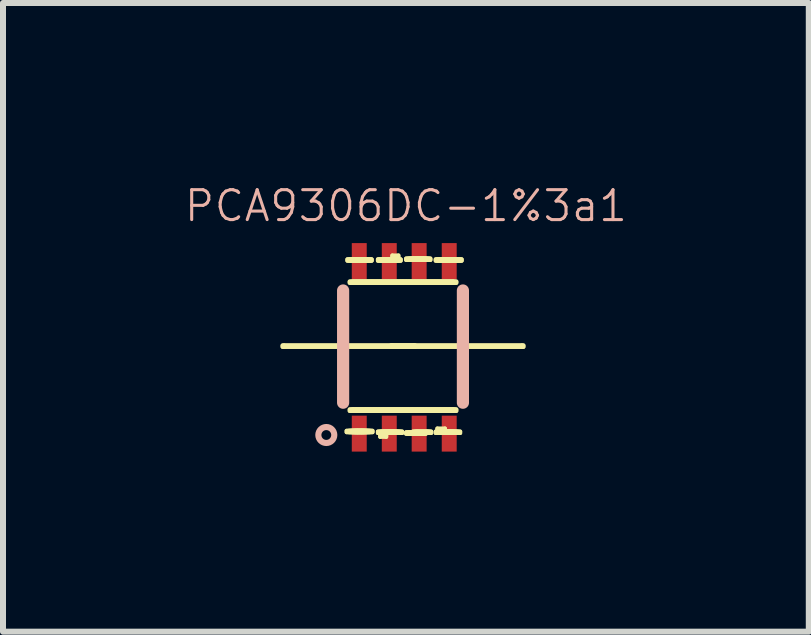
<source format=kicad_pcb>
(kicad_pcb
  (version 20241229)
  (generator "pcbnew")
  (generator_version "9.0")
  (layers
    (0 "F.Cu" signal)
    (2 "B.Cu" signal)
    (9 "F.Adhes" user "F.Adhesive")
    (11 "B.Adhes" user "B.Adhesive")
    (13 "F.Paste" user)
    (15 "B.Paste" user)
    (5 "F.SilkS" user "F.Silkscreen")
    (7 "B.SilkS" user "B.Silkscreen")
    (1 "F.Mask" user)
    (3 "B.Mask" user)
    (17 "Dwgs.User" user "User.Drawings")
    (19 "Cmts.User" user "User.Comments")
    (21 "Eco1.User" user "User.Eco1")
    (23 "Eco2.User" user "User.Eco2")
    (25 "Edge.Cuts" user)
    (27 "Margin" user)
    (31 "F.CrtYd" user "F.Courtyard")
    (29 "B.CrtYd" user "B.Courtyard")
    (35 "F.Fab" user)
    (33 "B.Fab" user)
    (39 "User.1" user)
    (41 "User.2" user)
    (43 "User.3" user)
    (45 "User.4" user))
  (footprint "PCA9306DC-1%3a1"
    (layer "F.Cu")
    (at 3.665 2.73)
    (property "Reference" "PCA9306DC-1%3a1" (at 0.048 -2.349 0) (layer "B.SilkS") (effects (font (size 0.498 0.498) (thickness 0.051))))
    (attr smd)
    (fp_line (start -2.007 -0.025) (end 0.178 -0.025) (stroke (width 0.066) (type solid)) (layer "F.SilkS"))
    (fp_line (start -2.007 0) (end -2.007 -0.025) (stroke (width 0.066) (type solid)) (layer "F.SilkS"))
    (fp_line (start -2.007 0) (end 0.178 0) (stroke (width 0.066) (type solid)) (layer "F.SilkS"))
    (fp_line (start -1.981 -0.025) (end 0.203 -0.025) (stroke (width 0.066) (type solid)) (layer "F.SilkS"))
    (fp_line (start -1.981 0) (end -1.981 -0.025) (stroke (width 0.066) (type solid)) (layer "F.SilkS"))
    (fp_line (start -1.981 0) (end 0.203 0) (stroke (width 0.066) (type solid)) (layer "F.SilkS"))
    (fp_line (start -0.94 1.397) (end -0.686 1.397) (stroke (width 0.066) (type solid)) (layer "F.SilkS"))
    (fp_line (start -0.94 1.422) (end -0.94 1.397) (stroke (width 0.066) (type solid)) (layer "F.SilkS"))
    (fp_line (start -0.94 1.422) (end -0.686 1.422) (stroke (width 0.066) (type solid)) (layer "F.SilkS"))
    (fp_line (start -0.927 -1.46) (end -0.699 -1.46) (stroke (width 0.066) (type solid)) (layer "F.SilkS"))
    (fp_line (start -0.927 -1.435) (end -0.927 -1.46) (stroke (width 0.066) (type solid)) (layer "F.SilkS"))
    (fp_line (start -0.927 -1.435) (end -0.699 -1.435) (stroke (width 0.066) (type solid)) (layer "F.SilkS"))
    (fp_line (start -0.914 1.397) (end -0.66 1.397) (stroke (width 0.066) (type solid)) (layer "F.SilkS"))
    (fp_line (start -0.914 1.422) (end -0.914 1.397) (stroke (width 0.066) (type solid)) (layer "F.SilkS"))
    (fp_line (start -0.914 1.422) (end -0.66 1.422) (stroke (width 0.066) (type solid)) (layer "F.SilkS"))
    (fp_line (start -0.899 -1.46) (end -0.673 -1.46) (stroke (width 0.066) (type solid)) (layer "F.SilkS"))
    (fp_line (start -0.899 -1.435) (end -0.899 -1.46) (stroke (width 0.066) (type solid)) (layer "F.SilkS"))
    (fp_line (start -0.899 -1.435) (end -0.673 -1.435) (stroke (width 0.066) (type solid)) (layer "F.SilkS"))
    (fp_line (start -0.889 -1.09) (end -0.838 -1.09) (stroke (width 0.066) (type solid)) (layer "F.SilkS"))
    (fp_line (start -0.889 -1.067) (end -0.889 -1.09) (stroke (width 0.066) (type solid)) (layer "F.SilkS"))
    (fp_line (start -0.889 -1.067) (end -0.838 -1.067) (stroke (width 0.066) (type solid)) (layer "F.SilkS"))
    (fp_line (start -0.889 1.041) (end -0.838 1.041) (stroke (width 0.066) (type solid)) (layer "F.SilkS"))
    (fp_line (start -0.889 1.067) (end -0.889 1.041) (stroke (width 0.066) (type solid)) (layer "F.SilkS"))
    (fp_line (start -0.889 1.067) (end -0.838 1.067) (stroke (width 0.066) (type solid)) (layer "F.SilkS"))
    (fp_line (start -0.889 1.397) (end -0.635 1.397) (stroke (width 0.066) (type solid)) (layer "F.SilkS"))
    (fp_line (start -0.889 1.422) (end -0.889 1.397) (stroke (width 0.066) (type solid)) (layer "F.SilkS"))
    (fp_line (start -0.889 1.422) (end -0.635 1.422) (stroke (width 0.066) (type solid)) (layer "F.SilkS"))
    (fp_line (start -0.876 -1.46) (end -0.645 -1.46) (stroke (width 0.066) (type solid)) (layer "F.SilkS"))
    (fp_line (start -0.876 -1.435) (end -0.876 -1.46) (stroke (width 0.066) (type solid)) (layer "F.SilkS"))
    (fp_line (start -0.876 -1.435) (end -0.645 -1.435) (stroke (width 0.066) (type solid)) (layer "F.SilkS"))
    (fp_line (start -0.864 -1.09) (end -0.813 -1.09) (stroke (width 0.066) (type solid)) (layer "F.SilkS"))
    (fp_line (start -0.864 -1.067) (end -0.864 -1.09) (stroke (width 0.066) (type solid)) (layer "F.SilkS"))
    (fp_line (start -0.864 -1.067) (end -0.813 -1.067) (stroke (width 0.066) (type solid)) (layer "F.SilkS"))
    (fp_line (start -0.864 1.041) (end -0.813 1.041) (stroke (width 0.066) (type solid)) (layer "F.SilkS"))
    (fp_line (start -0.864 1.067) (end -0.864 1.041) (stroke (width 0.066) (type solid)) (layer "F.SilkS"))
    (fp_line (start -0.864 1.067) (end -0.813 1.067) (stroke (width 0.066) (type solid)) (layer "F.SilkS"))
    (fp_line (start -0.864 1.397) (end -0.61 1.397) (stroke (width 0.066) (type solid)) (layer "F.SilkS"))
    (fp_line (start -0.864 1.422) (end -0.864 1.397) (stroke (width 0.066) (type solid)) (layer "F.SilkS"))
    (fp_line (start -0.864 1.422) (end -0.61 1.422) (stroke (width 0.066) (type solid)) (layer "F.SilkS"))
    (fp_line (start -0.851 -1.46) (end -0.622 -1.46) (stroke (width 0.066) (type solid)) (layer "F.SilkS"))
    (fp_line (start -0.851 -1.435) (end -0.851 -1.46) (stroke (width 0.066) (type solid)) (layer "F.SilkS"))
    (fp_line (start -0.851 -1.435) (end -0.622 -1.435) (stroke (width 0.066) (type solid)) (layer "F.SilkS"))
    (fp_line (start -0.838 -1.09) (end -0.787 -1.09) (stroke (width 0.066) (type solid)) (layer "F.SilkS"))
    (fp_line (start -0.838 -1.067) (end -0.838 -1.09) (stroke (width 0.066) (type solid)) (layer "F.SilkS"))
    (fp_line (start -0.838 -1.067) (end -0.838 -1.09) (stroke (width 0.066) (type solid)) (layer "F.SilkS"))
    (fp_line (start -0.838 -1.067) (end -0.787 -1.067) (stroke (width 0.066) (type solid)) (layer "F.SilkS"))
    (fp_line (start -0.838 1.041) (end -0.787 1.041) (stroke (width 0.066) (type solid)) (layer "F.SilkS"))
    (fp_line (start -0.838 1.067) (end -0.838 1.041) (stroke (width 0.066) (type solid)) (layer "F.SilkS"))
    (fp_line (start -0.838 1.067) (end -0.838 1.041) (stroke (width 0.066) (type solid)) (layer "F.SilkS"))
    (fp_line (start -0.838 1.067) (end -0.787 1.067) (stroke (width 0.066) (type solid)) (layer "F.SilkS"))
    (fp_line (start -0.838 1.397) (end -0.584 1.397) (stroke (width 0.066) (type solid)) (layer "F.SilkS"))
    (fp_line (start -0.838 1.422) (end -0.838 1.397) (stroke (width 0.066) (type solid)) (layer "F.SilkS"))
    (fp_line (start -0.838 1.422) (end -0.584 1.422) (stroke (width 0.066) (type solid)) (layer "F.SilkS"))
    (fp_line (start -0.826 -1.46) (end -0.597 -1.46) (stroke (width 0.066) (type solid)) (layer "F.SilkS"))
    (fp_line (start -0.826 -1.435) (end -0.826 -1.46) (stroke (width 0.066) (type solid)) (layer "F.SilkS"))
    (fp_line (start -0.826 -1.435) (end -0.597 -1.435) (stroke (width 0.066) (type solid)) (layer "F.SilkS"))
    (fp_line (start -0.813 -1.09) (end -0.762 -1.09) (stroke (width 0.066) (type solid)) (layer "F.SilkS"))
    (fp_line (start -0.813 -1.067) (end -0.813 -1.09) (stroke (width 0.066) (type solid)) (layer "F.SilkS"))
    (fp_line (start -0.813 -1.067) (end -0.813 -1.09) (stroke (width 0.066) (type solid)) (layer "F.SilkS"))
    (fp_line (start -0.813 -1.067) (end -0.762 -1.067) (stroke (width 0.066) (type solid)) (layer "F.SilkS"))
    (fp_line (start -0.813 1.041) (end -0.762 1.041) (stroke (width 0.066) (type solid)) (layer "F.SilkS"))
    (fp_line (start -0.813 1.067) (end -0.813 1.041) (stroke (width 0.066) (type solid)) (layer "F.SilkS"))
    (fp_line (start -0.813 1.067) (end -0.813 1.041) (stroke (width 0.066) (type solid)) (layer "F.SilkS"))
    (fp_line (start -0.813 1.067) (end -0.762 1.067) (stroke (width 0.066) (type solid)) (layer "F.SilkS"))
    (fp_line (start -0.813 1.397) (end -0.559 1.397) (stroke (width 0.066) (type solid)) (layer "F.SilkS"))
    (fp_line (start -0.813 1.422) (end -0.813 1.397) (stroke (width 0.066) (type solid)) (layer "F.SilkS"))
    (fp_line (start -0.813 1.422) (end -0.559 1.422) (stroke (width 0.066) (type solid)) (layer "F.SilkS"))
    (fp_line (start -0.8 -1.46) (end -0.572 -1.46) (stroke (width 0.066) (type solid)) (layer "F.SilkS"))
    (fp_line (start -0.8 -1.435) (end -0.8 -1.46) (stroke (width 0.066) (type solid)) (layer "F.SilkS"))
    (fp_line (start -0.8 -1.435) (end -0.572 -1.435) (stroke (width 0.066) (type solid)) (layer "F.SilkS"))
    (fp_line (start -0.787 -1.09) (end -0.737 -1.09) (stroke (width 0.066) (type solid)) (layer "F.SilkS"))
    (fp_line (start -0.787 -1.067) (end -0.787 -1.09) (stroke (width 0.066) (type solid)) (layer "F.SilkS"))
    (fp_line (start -0.787 -1.067) (end -0.787 -1.09) (stroke (width 0.066) (type solid)) (layer "F.SilkS"))
    (fp_line (start -0.787 -1.067) (end -0.737 -1.067) (stroke (width 0.066) (type solid)) (layer "F.SilkS"))
    (fp_line (start -0.787 1.041) (end -0.737 1.041) (stroke (width 0.066) (type solid)) (layer "F.SilkS"))
    (fp_line (start -0.787 1.067) (end -0.787 1.041) (stroke (width 0.066) (type solid)) (layer "F.SilkS"))
    (fp_line (start -0.787 1.067) (end -0.787 1.041) (stroke (width 0.066) (type solid)) (layer "F.SilkS"))
    (fp_line (start -0.787 1.067) (end -0.737 1.067) (stroke (width 0.066) (type solid)) (layer "F.SilkS"))
    (fp_line (start -0.787 1.397) (end -0.533 1.397) (stroke (width 0.066) (type solid)) (layer "F.SilkS"))
    (fp_line (start -0.787 1.422) (end -0.787 1.397) (stroke (width 0.066) (type solid)) (layer "F.SilkS"))
    (fp_line (start -0.787 1.422) (end -0.533 1.422) (stroke (width 0.066) (type solid)) (layer "F.SilkS"))
    (fp_line (start -0.775 -1.46) (end -0.544 -1.46) (stroke (width 0.066) (type solid)) (layer "F.SilkS"))
    (fp_line (start -0.775 -1.435) (end -0.775 -1.46) (stroke (width 0.066) (type solid)) (layer "F.SilkS"))
    (fp_line (start -0.775 -1.435) (end -0.544 -1.435) (stroke (width 0.066) (type solid)) (layer "F.SilkS"))
    (fp_line (start -0.762 -1.09) (end -0.711 -1.09) (stroke (width 0.066) (type solid)) (layer "F.SilkS"))
    (fp_line (start -0.762 -1.067) (end -0.762 -1.09) (stroke (width 0.066) (type solid)) (layer "F.SilkS"))
    (fp_line (start -0.762 -1.067) (end -0.762 -1.09) (stroke (width 0.066) (type solid)) (layer "F.SilkS"))
    (fp_line (start -0.762 -1.067) (end -0.711 -1.067) (stroke (width 0.066) (type solid)) (layer "F.SilkS"))
    (fp_line (start -0.762 1.041) (end -0.711 1.041) (stroke (width 0.066) (type solid)) (layer "F.SilkS"))
    (fp_line (start -0.762 1.067) (end -0.762 1.041) (stroke (width 0.066) (type solid)) (layer "F.SilkS"))
    (fp_line (start -0.762 1.067) (end -0.762 1.041) (stroke (width 0.066) (type solid)) (layer "F.SilkS"))
    (fp_line (start -0.762 1.067) (end -0.711 1.067) (stroke (width 0.066) (type solid)) (layer "F.SilkS"))
    (fp_line (start -0.762 1.397) (end -0.508 1.397) (stroke (width 0.066) (type solid)) (layer "F.SilkS"))
    (fp_line (start -0.762 1.422) (end -0.762 1.397) (stroke (width 0.066) (type solid)) (layer "F.SilkS"))
    (fp_line (start -0.762 1.422) (end -0.508 1.422) (stroke (width 0.066) (type solid)) (layer "F.SilkS"))
    (fp_line (start -0.749 -1.46) (end -0.521 -1.46) (stroke (width 0.066) (type solid)) (layer "F.SilkS"))
    (fp_line (start -0.749 -1.435) (end -0.749 -1.46) (stroke (width 0.066) (type solid)) (layer "F.SilkS"))
    (fp_line (start -0.749 -1.435) (end -0.521 -1.435) (stroke (width 0.066) (type solid)) (layer "F.SilkS"))
    (fp_line (start -0.737 -1.09) (end -0.686 -1.09) (stroke (width 0.066) (type solid)) (layer "F.SilkS"))
    (fp_line (start -0.737 -1.067) (end -0.737 -1.09) (stroke (width 0.066) (type solid)) (layer "F.SilkS"))
    (fp_line (start -0.737 -1.067) (end -0.737 -1.09) (stroke (width 0.066) (type solid)) (layer "F.SilkS"))
    (fp_line (start -0.737 -1.067) (end -0.686 -1.067) (stroke (width 0.066) (type solid)) (layer "F.SilkS"))
    (fp_line (start -0.737 1.041) (end -0.686 1.041) (stroke (width 0.066) (type solid)) (layer "F.SilkS"))
    (fp_line (start -0.737 1.067) (end -0.737 1.041) (stroke (width 0.066) (type solid)) (layer "F.SilkS"))
    (fp_line (start -0.737 1.067) (end -0.737 1.041) (stroke (width 0.066) (type solid)) (layer "F.SilkS"))
    (fp_line (start -0.737 1.067) (end -0.686 1.067) (stroke (width 0.066) (type solid)) (layer "F.SilkS"))
    (fp_line (start -0.711 -1.09) (end -0.66 -1.09) (stroke (width 0.066) (type solid)) (layer "F.SilkS"))
    (fp_line (start -0.711 -1.067) (end -0.711 -1.09) (stroke (width 0.066) (type solid)) (layer "F.SilkS"))
    (fp_line (start -0.711 -1.067) (end -0.711 -1.09) (stroke (width 0.066) (type solid)) (layer "F.SilkS"))
    (fp_line (start -0.711 -1.067) (end -0.66 -1.067) (stroke (width 0.066) (type solid)) (layer "F.SilkS"))
    (fp_line (start -0.711 1.041) (end -0.66 1.041) (stroke (width 0.066) (type solid)) (layer "F.SilkS"))
    (fp_line (start -0.711 1.067) (end -0.711 1.041) (stroke (width 0.066) (type solid)) (layer "F.SilkS"))
    (fp_line (start -0.711 1.067) (end -0.711 1.041) (stroke (width 0.066) (type solid)) (layer "F.SilkS"))
    (fp_line (start -0.711 1.067) (end -0.66 1.067) (stroke (width 0.066) (type solid)) (layer "F.SilkS"))
    (fp_line (start -0.699 -1.435) (end -0.699 -1.46) (stroke (width 0.066) (type solid)) (layer "F.SilkS"))
    (fp_line (start -0.686 -1.09) (end -0.635 -1.09) (stroke (width 0.066) (type solid)) (layer "F.SilkS"))
    (fp_line (start -0.686 -1.067) (end -0.686 -1.09) (stroke (width 0.066) (type solid)) (layer "F.SilkS"))
    (fp_line (start -0.686 -1.067) (end -0.686 -1.09) (stroke (width 0.066) (type solid)) (layer "F.SilkS"))
    (fp_line (start -0.686 -1.067) (end -0.635 -1.067) (stroke (width 0.066) (type solid)) (layer "F.SilkS"))
    (fp_line (start -0.686 1.041) (end -0.635 1.041) (stroke (width 0.066) (type solid)) (layer "F.SilkS"))
    (fp_line (start -0.686 1.067) (end -0.686 1.041) (stroke (width 0.066) (type solid)) (layer "F.SilkS"))
    (fp_line (start -0.686 1.067) (end -0.686 1.041) (stroke (width 0.066) (type solid)) (layer "F.SilkS"))
    (fp_line (start -0.686 1.067) (end -0.635 1.067) (stroke (width 0.066) (type solid)) (layer "F.SilkS"))
    (fp_line (start -0.686 1.422) (end -0.686 1.397) (stroke (width 0.066) (type solid)) (layer "F.SilkS"))
    (fp_line (start -0.673 -1.435) (end -0.673 -1.46) (stroke (width 0.066) (type solid)) (layer "F.SilkS"))
    (fp_line (start -0.66 -1.09) (end -0.61 -1.09) (stroke (width 0.066) (type solid)) (layer "F.SilkS"))
    (fp_line (start -0.66 -1.067) (end -0.66 -1.09) (stroke (width 0.066) (type solid)) (layer "F.SilkS"))
    (fp_line (start -0.66 -1.067) (end -0.66 -1.09) (stroke (width 0.066) (type solid)) (layer "F.SilkS"))
    (fp_line (start -0.66 -1.067) (end -0.61 -1.067) (stroke (width 0.066) (type solid)) (layer "F.SilkS"))
    (fp_line (start -0.66 1.041) (end -0.61 1.041) (stroke (width 0.066) (type solid)) (layer "F.SilkS"))
    (fp_line (start -0.66 1.067) (end -0.66 1.041) (stroke (width 0.066) (type solid)) (layer "F.SilkS"))
    (fp_line (start -0.66 1.067) (end -0.66 1.041) (stroke (width 0.066) (type solid)) (layer "F.SilkS"))
    (fp_line (start -0.66 1.067) (end -0.61 1.067) (stroke (width 0.066) (type solid)) (layer "F.SilkS"))
    (fp_line (start -0.66 1.422) (end -0.66 1.397) (stroke (width 0.066) (type solid)) (layer "F.SilkS"))
    (fp_line (start -0.645 -1.435) (end -0.645 -1.46) (stroke (width 0.066) (type solid)) (layer "F.SilkS"))
    (fp_line (start -0.635 -1.09) (end -0.584 -1.09) (stroke (width 0.066) (type solid)) (layer "F.SilkS"))
    (fp_line (start -0.635 -1.067) (end -0.635 -1.09) (stroke (width 0.066) (type solid)) (layer "F.SilkS"))
    (fp_line (start -0.635 -1.067) (end -0.635 -1.09) (stroke (width 0.066) (type solid)) (layer "F.SilkS"))
    (fp_line (start -0.635 -1.067) (end -0.584 -1.067) (stroke (width 0.066) (type solid)) (layer "F.SilkS"))
    (fp_line (start -0.635 1.041) (end -0.584 1.041) (stroke (width 0.066) (type solid)) (layer "F.SilkS"))
    (fp_line (start -0.635 1.067) (end -0.635 1.041) (stroke (width 0.066) (type solid)) (layer "F.SilkS"))
    (fp_line (start -0.635 1.067) (end -0.635 1.041) (stroke (width 0.066) (type solid)) (layer "F.SilkS"))
    (fp_line (start -0.635 1.067) (end -0.584 1.067) (stroke (width 0.066) (type solid)) (layer "F.SilkS"))
    (fp_line (start -0.635 1.422) (end -0.635 1.397) (stroke (width 0.066) (type solid)) (layer "F.SilkS"))
    (fp_line (start -0.622 -1.435) (end -0.622 -1.46) (stroke (width 0.066) (type solid)) (layer "F.SilkS"))
    (fp_line (start -0.61 -1.09) (end -0.559 -1.09) (stroke (width 0.066) (type solid)) (layer "F.SilkS"))
    (fp_line (start -0.61 -1.067) (end -0.61 -1.09) (stroke (width 0.066) (type solid)) (layer "F.SilkS"))
    (fp_line (start -0.61 -1.067) (end -0.61 -1.09) (stroke (width 0.066) (type solid)) (layer "F.SilkS"))
    (fp_line (start -0.61 -1.067) (end -0.559 -1.067) (stroke (width 0.066) (type solid)) (layer "F.SilkS"))
    (fp_line (start -0.61 1.041) (end -0.559 1.041) (stroke (width 0.066) (type solid)) (layer "F.SilkS"))
    (fp_line (start -0.61 1.067) (end -0.61 1.041) (stroke (width 0.066) (type solid)) (layer "F.SilkS"))
    (fp_line (start -0.61 1.067) (end -0.61 1.041) (stroke (width 0.066) (type solid)) (layer "F.SilkS"))
    (fp_line (start -0.61 1.067) (end -0.559 1.067) (stroke (width 0.066) (type solid)) (layer "F.SilkS"))
    (fp_line (start -0.61 1.422) (end -0.61 1.397) (stroke (width 0.066) (type solid)) (layer "F.SilkS"))
    (fp_line (start -0.597 -1.435) (end -0.597 -1.46) (stroke (width 0.066) (type solid)) (layer "F.SilkS"))
    (fp_line (start -0.584 -1.09) (end -0.533 -1.09) (stroke (width 0.066) (type solid)) (layer "F.SilkS"))
    (fp_line (start -0.584 -1.067) (end -0.584 -1.09) (stroke (width 0.066) (type solid)) (layer "F.SilkS"))
    (fp_line (start -0.584 -1.067) (end -0.584 -1.09) (stroke (width 0.066) (type solid)) (layer "F.SilkS"))
    (fp_line (start -0.584 -1.067) (end -0.533 -1.067) (stroke (width 0.066) (type solid)) (layer "F.SilkS"))
    (fp_line (start -0.584 1.041) (end -0.533 1.041) (stroke (width 0.066) (type solid)) (layer "F.SilkS"))
    (fp_line (start -0.584 1.067) (end -0.584 1.041) (stroke (width 0.066) (type solid)) (layer "F.SilkS"))
    (fp_line (start -0.584 1.067) (end -0.584 1.041) (stroke (width 0.066) (type solid)) (layer "F.SilkS"))
    (fp_line (start -0.584 1.067) (end -0.533 1.067) (stroke (width 0.066) (type solid)) (layer "F.SilkS"))
    (fp_line (start -0.584 1.422) (end -0.584 1.397) (stroke (width 0.066) (type solid)) (layer "F.SilkS"))
    (fp_line (start -0.572 -1.435) (end -0.572 -1.46) (stroke (width 0.066) (type solid)) (layer "F.SilkS"))
    (fp_line (start -0.559 -1.09) (end -0.508 -1.09) (stroke (width 0.066) (type solid)) (layer "F.SilkS"))
    (fp_line (start -0.559 -1.067) (end -0.559 -1.09) (stroke (width 0.066) (type solid)) (layer "F.SilkS"))
    (fp_line (start -0.559 -1.067) (end -0.559 -1.09) (stroke (width 0.066) (type solid)) (layer "F.SilkS"))
    (fp_line (start -0.559 -1.067) (end -0.508 -1.067) (stroke (width 0.066) (type solid)) (layer "F.SilkS"))
    (fp_line (start -0.559 1.041) (end -0.508 1.041) (stroke (width 0.066) (type solid)) (layer "F.SilkS"))
    (fp_line (start -0.559 1.067) (end -0.559 1.041) (stroke (width 0.066) (type solid)) (layer "F.SilkS"))
    (fp_line (start -0.559 1.067) (end -0.559 1.041) (stroke (width 0.066) (type solid)) (layer "F.SilkS"))
    (fp_line (start -0.559 1.067) (end -0.508 1.067) (stroke (width 0.066) (type solid)) (layer "F.SilkS"))
    (fp_line (start -0.559 1.422) (end -0.559 1.397) (stroke (width 0.066) (type solid)) (layer "F.SilkS"))
    (fp_line (start -0.544 -1.435) (end -0.544 -1.46) (stroke (width 0.066) (type solid)) (layer "F.SilkS"))
    (fp_line (start -0.533 -1.09) (end -0.483 -1.09) (stroke (width 0.066) (type solid)) (layer "F.SilkS"))
    (fp_line (start -0.533 -1.067) (end -0.533 -1.09) (stroke (width 0.066) (type solid)) (layer "F.SilkS"))
    (fp_line (start -0.533 -1.067) (end -0.533 -1.09) (stroke (width 0.066) (type solid)) (layer "F.SilkS"))
    (fp_line (start -0.533 -1.067) (end -0.483 -1.067) (stroke (width 0.066) (type solid)) (layer "F.SilkS"))
    (fp_line (start -0.533 1.041) (end -0.483 1.041) (stroke (width 0.066) (type solid)) (layer "F.SilkS"))
    (fp_line (start -0.533 1.067) (end -0.533 1.041) (stroke (width 0.066) (type solid)) (layer "F.SilkS"))
    (fp_line (start -0.533 1.067) (end -0.533 1.041) (stroke (width 0.066) (type solid)) (layer "F.SilkS"))
    (fp_line (start -0.533 1.067) (end -0.483 1.067) (stroke (width 0.066) (type solid)) (layer "F.SilkS"))
    (fp_line (start -0.533 1.422) (end -0.533 1.397) (stroke (width 0.066) (type solid)) (layer "F.SilkS"))
    (fp_line (start -0.521 -1.435) (end -0.521 -1.46) (stroke (width 0.066) (type solid)) (layer "F.SilkS"))
    (fp_line (start -0.508 -1.09) (end -0.457 -1.09) (stroke (width 0.066) (type solid)) (layer "F.SilkS"))
    (fp_line (start -0.508 -1.067) (end -0.508 -1.09) (stroke (width 0.066) (type solid)) (layer "F.SilkS"))
    (fp_line (start -0.508 -1.067) (end -0.508 -1.09) (stroke (width 0.066) (type solid)) (layer "F.SilkS"))
    (fp_line (start -0.508 -1.067) (end -0.457 -1.067) (stroke (width 0.066) (type solid)) (layer "F.SilkS"))
    (fp_line (start -0.508 1.041) (end -0.457 1.041) (stroke (width 0.066) (type solid)) (layer "F.SilkS"))
    (fp_line (start -0.508 1.067) (end -0.508 1.041) (stroke (width 0.066) (type solid)) (layer "F.SilkS"))
    (fp_line (start -0.508 1.067) (end -0.508 1.041) (stroke (width 0.066) (type solid)) (layer "F.SilkS"))
    (fp_line (start -0.508 1.067) (end -0.457 1.067) (stroke (width 0.066) (type solid)) (layer "F.SilkS"))
    (fp_line (start -0.508 1.422) (end -0.508 1.397) (stroke (width 0.066) (type solid)) (layer "F.SilkS"))
    (fp_line (start -0.483 -1.09) (end -0.432 -1.09) (stroke (width 0.066) (type solid)) (layer "F.SilkS"))
    (fp_line (start -0.483 -1.067) (end -0.483 -1.09) (stroke (width 0.066) (type solid)) (layer "F.SilkS"))
    (fp_line (start -0.483 -1.067) (end -0.483 -1.09) (stroke (width 0.066) (type solid)) (layer "F.SilkS"))
    (fp_line (start -0.483 -1.067) (end -0.432 -1.067) (stroke (width 0.066) (type solid)) (layer "F.SilkS"))
    (fp_line (start -0.483 1.041) (end -0.432 1.041) (stroke (width 0.066) (type solid)) (layer "F.SilkS"))
    (fp_line (start -0.483 1.067) (end -0.483 1.041) (stroke (width 0.066) (type solid)) (layer "F.SilkS"))
    (fp_line (start -0.483 1.067) (end -0.483 1.041) (stroke (width 0.066) (type solid)) (layer "F.SilkS"))
    (fp_line (start -0.483 1.067) (end -0.432 1.067) (stroke (width 0.066) (type solid)) (layer "F.SilkS"))
    (fp_line (start -0.457 -1.09) (end -0.406 -1.09) (stroke (width 0.066) (type solid)) (layer "F.SilkS"))
    (fp_line (start -0.457 -1.067) (end -0.457 -1.09) (stroke (width 0.066) (type solid)) (layer "F.SilkS"))
    (fp_line (start -0.457 -1.067) (end -0.457 -1.09) (stroke (width 0.066) (type solid)) (layer "F.SilkS"))
    (fp_line (start -0.457 -1.067) (end -0.406 -1.067) (stroke (width 0.066) (type solid)) (layer "F.SilkS"))
    (fp_line (start -0.457 1.041) (end -0.406 1.041) (stroke (width 0.066) (type solid)) (layer "F.SilkS"))
    (fp_line (start -0.457 1.067) (end -0.457 1.041) (stroke (width 0.066) (type solid)) (layer "F.SilkS"))
    (fp_line (start -0.457 1.067) (end -0.457 1.041) (stroke (width 0.066) (type solid)) (layer "F.SilkS"))
    (fp_line (start -0.457 1.067) (end -0.406 1.067) (stroke (width 0.066) (type solid)) (layer "F.SilkS"))
    (fp_line (start -0.432 -1.09) (end -0.381 -1.09) (stroke (width 0.066) (type solid)) (layer "F.SilkS"))
    (fp_line (start -0.432 -1.067) (end -0.432 -1.09) (stroke (width 0.066) (type solid)) (layer "F.SilkS"))
    (fp_line (start -0.432 -1.067) (end -0.432 -1.09) (stroke (width 0.066) (type solid)) (layer "F.SilkS"))
    (fp_line (start -0.432 -1.067) (end -0.381 -1.067) (stroke (width 0.066) (type solid)) (layer "F.SilkS"))
    (fp_line (start -0.432 1.041) (end -0.381 1.041) (stroke (width 0.066) (type solid)) (layer "F.SilkS"))
    (fp_line (start -0.432 1.067) (end -0.432 1.041) (stroke (width 0.066) (type solid)) (layer "F.SilkS"))
    (fp_line (start -0.432 1.067) (end -0.432 1.041) (stroke (width 0.066) (type solid)) (layer "F.SilkS"))
    (fp_line (start -0.432 1.067) (end -0.381 1.067) (stroke (width 0.066) (type solid)) (layer "F.SilkS"))
    (fp_line (start -0.419 -1.46) (end -0.191 -1.46) (stroke (width 0.066) (type solid)) (layer "F.SilkS"))
    (fp_line (start -0.419 -1.435) (end -0.419 -1.46) (stroke (width 0.066) (type solid)) (layer "F.SilkS"))
    (fp_line (start -0.419 -1.435) (end -0.191 -1.435) (stroke (width 0.066) (type solid)) (layer "F.SilkS"))
    (fp_line (start -0.419 1.41) (end -0.191 1.41) (stroke (width 0.066) (type solid)) (layer "F.SilkS"))
    (fp_line (start -0.419 1.435) (end -0.419 1.41) (stroke (width 0.066) (type solid)) (layer "F.SilkS"))
    (fp_line (start -0.419 1.435) (end -0.191 1.435) (stroke (width 0.066) (type solid)) (layer "F.SilkS"))
    (fp_line (start -0.406 -1.09) (end -0.356 -1.09) (stroke (width 0.066) (type solid)) (layer "F.SilkS"))
    (fp_line (start -0.406 -1.067) (end -0.406 -1.09) (stroke (width 0.066) (type solid)) (layer "F.SilkS"))
    (fp_line (start -0.406 -1.067) (end -0.406 -1.09) (stroke (width 0.066) (type solid)) (layer "F.SilkS"))
    (fp_line (start -0.406 -1.067) (end -0.356 -1.067) (stroke (width 0.066) (type solid)) (layer "F.SilkS"))
    (fp_line (start -0.406 1.041) (end -0.356 1.041) (stroke (width 0.066) (type solid)) (layer "F.SilkS"))
    (fp_line (start -0.406 1.067) (end -0.406 1.041) (stroke (width 0.066) (type solid)) (layer "F.SilkS"))
    (fp_line (start -0.406 1.067) (end -0.406 1.041) (stroke (width 0.066) (type solid)) (layer "F.SilkS"))
    (fp_line (start -0.406 1.067) (end -0.356 1.067) (stroke (width 0.066) (type solid)) (layer "F.SilkS"))
    (fp_line (start -0.394 -1.46) (end -0.165 -1.46) (stroke (width 0.066) (type solid)) (layer "F.SilkS"))
    (fp_line (start -0.394 -1.435) (end -0.394 -1.46) (stroke (width 0.066) (type solid)) (layer "F.SilkS"))
    (fp_line (start -0.394 -1.435) (end -0.165 -1.435) (stroke (width 0.066) (type solid)) (layer "F.SilkS"))
    (fp_line (start -0.394 1.41) (end -0.165 1.41) (stroke (width 0.066) (type solid)) (layer "F.SilkS"))
    (fp_line (start -0.394 1.435) (end -0.394 1.41) (stroke (width 0.066) (type solid)) (layer "F.SilkS"))
    (fp_line (start -0.394 1.435) (end -0.165 1.435) (stroke (width 0.066) (type solid)) (layer "F.SilkS"))
    (fp_line (start -0.381 -1.09) (end -0.33 -1.09) (stroke (width 0.066) (type solid)) (layer "F.SilkS"))
    (fp_line (start -0.381 -1.067) (end -0.381 -1.09) (stroke (width 0.066) (type solid)) (layer "F.SilkS"))
    (fp_line (start -0.381 -1.067) (end -0.381 -1.09) (stroke (width 0.066) (type solid)) (layer "F.SilkS"))
    (fp_line (start -0.381 -1.067) (end -0.33 -1.067) (stroke (width 0.066) (type solid)) (layer "F.SilkS"))
    (fp_line (start -0.381 1.041) (end -0.33 1.041) (stroke (width 0.066) (type solid)) (layer "F.SilkS"))
    (fp_line (start -0.381 1.067) (end -0.381 1.041) (stroke (width 0.066) (type solid)) (layer "F.SilkS"))
    (fp_line (start -0.381 1.067) (end -0.381 1.041) (stroke (width 0.066) (type solid)) (layer "F.SilkS"))
    (fp_line (start -0.381 1.067) (end -0.33 1.067) (stroke (width 0.066) (type solid)) (layer "F.SilkS"))
    (fp_line (start -0.381 1.473) (end -0.279 1.473) (stroke (width 0.066) (type solid)) (layer "F.SilkS"))
    (fp_line (start -0.381 1.499) (end -0.381 1.473) (stroke (width 0.066) (type solid)) (layer "F.SilkS"))
    (fp_line (start -0.381 1.499) (end -0.279 1.499) (stroke (width 0.066) (type solid)) (layer "F.SilkS"))
    (fp_line (start -0.368 -1.46) (end -0.14 -1.46) (stroke (width 0.066) (type solid)) (layer "F.SilkS"))
    (fp_line (start -0.368 -1.435) (end -0.368 -1.46) (stroke (width 0.066) (type solid)) (layer "F.SilkS"))
    (fp_line (start -0.368 -1.435) (end -0.14 -1.435) (stroke (width 0.066) (type solid)) (layer "F.SilkS"))
    (fp_line (start -0.368 1.41) (end -0.14 1.41) (stroke (width 0.066) (type solid)) (layer "F.SilkS"))
    (fp_line (start -0.368 1.435) (end -0.368 1.41) (stroke (width 0.066) (type solid)) (layer "F.SilkS"))
    (fp_line (start -0.368 1.435) (end -0.14 1.435) (stroke (width 0.066) (type solid)) (layer "F.SilkS"))
    (fp_line (start -0.356 -1.09) (end -0.305 -1.09) (stroke (width 0.066) (type solid)) (layer "F.SilkS"))
    (fp_line (start -0.356 -1.067) (end -0.356 -1.09) (stroke (width 0.066) (type solid)) (layer "F.SilkS"))
    (fp_line (start -0.356 -1.067) (end -0.356 -1.09) (stroke (width 0.066) (type solid)) (layer "F.SilkS"))
    (fp_line (start -0.356 -1.067) (end -0.305 -1.067) (stroke (width 0.066) (type solid)) (layer "F.SilkS"))
    (fp_line (start -0.356 1.041) (end -0.305 1.041) (stroke (width 0.066) (type solid)) (layer "F.SilkS"))
    (fp_line (start -0.356 1.067) (end -0.356 1.041) (stroke (width 0.066) (type solid)) (layer "F.SilkS"))
    (fp_line (start -0.356 1.067) (end -0.356 1.041) (stroke (width 0.066) (type solid)) (layer "F.SilkS"))
    (fp_line (start -0.356 1.067) (end -0.305 1.067) (stroke (width 0.066) (type solid)) (layer "F.SilkS"))
    (fp_line (start -0.343 -1.46) (end -0.114 -1.46) (stroke (width 0.066) (type solid)) (layer "F.SilkS"))
    (fp_line (start -0.343 -1.435) (end -0.343 -1.46) (stroke (width 0.066) (type solid)) (layer "F.SilkS"))
    (fp_line (start -0.343 -1.435) (end -0.114 -1.435) (stroke (width 0.066) (type solid)) (layer "F.SilkS"))
    (fp_line (start -0.343 1.41) (end -0.114 1.41) (stroke (width 0.066) (type solid)) (layer "F.SilkS"))
    (fp_line (start -0.343 1.435) (end -0.343 1.41) (stroke (width 0.066) (type solid)) (layer "F.SilkS"))
    (fp_line (start -0.343 1.435) (end -0.114 1.435) (stroke (width 0.066) (type solid)) (layer "F.SilkS"))
    (fp_line (start -0.33 -1.09) (end -0.279 -1.09) (stroke (width 0.066) (type solid)) (layer "F.SilkS"))
    (fp_line (start -0.33 -1.067) (end -0.33 -1.09) (stroke (width 0.066) (type solid)) (layer "F.SilkS"))
    (fp_line (start -0.33 -1.067) (end -0.33 -1.09) (stroke (width 0.066) (type solid)) (layer "F.SilkS"))
    (fp_line (start -0.33 -1.067) (end -0.279 -1.067) (stroke (width 0.066) (type solid)) (layer "F.SilkS"))
    (fp_line (start -0.33 1.041) (end -0.279 1.041) (stroke (width 0.066) (type solid)) (layer "F.SilkS"))
    (fp_line (start -0.33 1.067) (end -0.33 1.041) (stroke (width 0.066) (type solid)) (layer "F.SilkS"))
    (fp_line (start -0.33 1.067) (end -0.33 1.041) (stroke (width 0.066) (type solid)) (layer "F.SilkS"))
    (fp_line (start -0.33 1.067) (end -0.279 1.067) (stroke (width 0.066) (type solid)) (layer "F.SilkS"))
    (fp_line (start -0.318 -1.46) (end -0.089 -1.46) (stroke (width 0.066) (type solid)) (layer "F.SilkS"))
    (fp_line (start -0.318 -1.435) (end -0.318 -1.46) (stroke (width 0.066) (type solid)) (layer "F.SilkS"))
    (fp_line (start -0.318 -1.435) (end -0.089 -1.435) (stroke (width 0.066) (type solid)) (layer "F.SilkS"))
    (fp_line (start -0.318 1.41) (end -0.089 1.41) (stroke (width 0.066) (type solid)) (layer "F.SilkS"))
    (fp_line (start -0.318 1.435) (end -0.318 1.41) (stroke (width 0.066) (type solid)) (layer "F.SilkS"))
    (fp_line (start -0.318 1.435) (end -0.089 1.435) (stroke (width 0.066) (type solid)) (layer "F.SilkS"))
    (fp_line (start -0.305 -1.09) (end -0.254 -1.09) (stroke (width 0.066) (type solid)) (layer "F.SilkS"))
    (fp_line (start -0.305 -1.067) (end -0.305 -1.09) (stroke (width 0.066) (type solid)) (layer "F.SilkS"))
    (fp_line (start -0.305 -1.067) (end -0.305 -1.09) (stroke (width 0.066) (type solid)) (layer "F.SilkS"))
    (fp_line (start -0.305 -1.067) (end -0.254 -1.067) (stroke (width 0.066) (type solid)) (layer "F.SilkS"))
    (fp_line (start -0.305 1.041) (end -0.254 1.041) (stroke (width 0.066) (type solid)) (layer "F.SilkS"))
    (fp_line (start -0.305 1.067) (end -0.305 1.041) (stroke (width 0.066) (type solid)) (layer "F.SilkS"))
    (fp_line (start -0.305 1.067) (end -0.305 1.041) (stroke (width 0.066) (type solid)) (layer "F.SilkS"))
    (fp_line (start -0.305 1.067) (end -0.254 1.067) (stroke (width 0.066) (type solid)) (layer "F.SilkS"))
    (fp_line (start -0.292 -1.46) (end -0.064 -1.46) (stroke (width 0.066) (type solid)) (layer "F.SilkS"))
    (fp_line (start -0.292 -1.435) (end -0.292 -1.46) (stroke (width 0.066) (type solid)) (layer "F.SilkS"))
    (fp_line (start -0.292 -1.435) (end -0.064 -1.435) (stroke (width 0.066) (type solid)) (layer "F.SilkS"))
    (fp_line (start -0.292 1.41) (end -0.064 1.41) (stroke (width 0.066) (type solid)) (layer "F.SilkS"))
    (fp_line (start -0.292 1.435) (end -0.292 1.41) (stroke (width 0.066) (type solid)) (layer "F.SilkS"))
    (fp_line (start -0.292 1.435) (end -0.064 1.435) (stroke (width 0.066) (type solid)) (layer "F.SilkS"))
    (fp_line (start -0.279 -1.09) (end -0.229 -1.09) (stroke (width 0.066) (type solid)) (layer "F.SilkS"))
    (fp_line (start -0.279 -1.067) (end -0.279 -1.09) (stroke (width 0.066) (type solid)) (layer "F.SilkS"))
    (fp_line (start -0.279 -1.067) (end -0.279 -1.09) (stroke (width 0.066) (type solid)) (layer "F.SilkS"))
    (fp_line (start -0.279 -1.067) (end -0.229 -1.067) (stroke (width 0.066) (type solid)) (layer "F.SilkS"))
    (fp_line (start -0.279 1.041) (end -0.229 1.041) (stroke (width 0.066) (type solid)) (layer "F.SilkS"))
    (fp_line (start -0.279 1.067) (end -0.279 1.041) (stroke (width 0.066) (type solid)) (layer "F.SilkS"))
    (fp_line (start -0.279 1.067) (end -0.279 1.041) (stroke (width 0.066) (type solid)) (layer "F.SilkS"))
    (fp_line (start -0.279 1.067) (end -0.229 1.067) (stroke (width 0.066) (type solid)) (layer "F.SilkS"))
    (fp_line (start -0.279 1.499) (end -0.279 1.473) (stroke (width 0.066) (type solid)) (layer "F.SilkS"))
    (fp_line (start -0.267 -1.46) (end -0.038 -1.46) (stroke (width 0.066) (type solid)) (layer "F.SilkS"))
    (fp_line (start -0.267 -1.435) (end -0.267 -1.46) (stroke (width 0.066) (type solid)) (layer "F.SilkS"))
    (fp_line (start -0.267 -1.435) (end -0.038 -1.435) (stroke (width 0.066) (type solid)) (layer "F.SilkS"))
    (fp_line (start -0.267 1.41) (end -0.038 1.41) (stroke (width 0.066) (type solid)) (layer "F.SilkS"))
    (fp_line (start -0.267 1.435) (end -0.267 1.41) (stroke (width 0.066) (type solid)) (layer "F.SilkS"))
    (fp_line (start -0.267 1.435) (end -0.038 1.435) (stroke (width 0.066) (type solid)) (layer "F.SilkS"))
    (fp_line (start -0.254 -1.09) (end -0.203 -1.09) (stroke (width 0.066) (type solid)) (layer "F.SilkS"))
    (fp_line (start -0.254 -1.067) (end -0.254 -1.09) (stroke (width 0.066) (type solid)) (layer "F.SilkS"))
    (fp_line (start -0.254 -1.067) (end -0.254 -1.09) (stroke (width 0.066) (type solid)) (layer "F.SilkS"))
    (fp_line (start -0.254 -1.067) (end -0.203 -1.067) (stroke (width 0.066) (type solid)) (layer "F.SilkS"))
    (fp_line (start -0.254 1.041) (end -0.203 1.041) (stroke (width 0.066) (type solid)) (layer "F.SilkS"))
    (fp_line (start -0.254 1.067) (end -0.254 1.041) (stroke (width 0.066) (type solid)) (layer "F.SilkS"))
    (fp_line (start -0.254 1.067) (end -0.254 1.041) (stroke (width 0.066) (type solid)) (layer "F.SilkS"))
    (fp_line (start -0.254 1.067) (end -0.203 1.067) (stroke (width 0.066) (type solid)) (layer "F.SilkS"))
    (fp_line (start -0.241 1.41) (end -0.013 1.41) (stroke (width 0.066) (type solid)) (layer "F.SilkS"))
    (fp_line (start -0.241 1.435) (end -0.241 1.41) (stroke (width 0.066) (type solid)) (layer "F.SilkS"))
    (fp_line (start -0.241 1.435) (end -0.013 1.435) (stroke (width 0.066) (type solid)) (layer "F.SilkS"))
    (fp_line (start -0.229 -1.09) (end -0.178 -1.09) (stroke (width 0.066) (type solid)) (layer "F.SilkS"))
    (fp_line (start -0.229 -1.067) (end -0.229 -1.09) (stroke (width 0.066) (type solid)) (layer "F.SilkS"))
    (fp_line (start -0.229 -1.067) (end -0.229 -1.09) (stroke (width 0.066) (type solid)) (layer "F.SilkS"))
    (fp_line (start -0.229 -1.067) (end -0.178 -1.067) (stroke (width 0.066) (type solid)) (layer "F.SilkS"))
    (fp_line (start -0.229 1.041) (end -0.178 1.041) (stroke (width 0.066) (type solid)) (layer "F.SilkS"))
    (fp_line (start -0.229 1.067) (end -0.229 1.041) (stroke (width 0.066) (type solid)) (layer "F.SilkS"))
    (fp_line (start -0.229 1.067) (end -0.229 1.041) (stroke (width 0.066) (type solid)) (layer "F.SilkS"))
    (fp_line (start -0.229 1.067) (end -0.178 1.067) (stroke (width 0.066) (type solid)) (layer "F.SilkS"))
    (fp_line (start -0.203 -1.09) (end -0.152 -1.09) (stroke (width 0.066) (type solid)) (layer "F.SilkS"))
    (fp_line (start -0.203 -1.067) (end -0.203 -1.09) (stroke (width 0.066) (type solid)) (layer "F.SilkS"))
    (fp_line (start -0.203 -1.067) (end -0.203 -1.09) (stroke (width 0.066) (type solid)) (layer "F.SilkS"))
    (fp_line (start -0.203 -1.067) (end -0.152 -1.067) (stroke (width 0.066) (type solid)) (layer "F.SilkS"))
    (fp_line (start -0.203 -0.025) (end 1.981 -0.025) (stroke (width 0.066) (type solid)) (layer "F.SilkS"))
    (fp_line (start -0.203 0) (end -0.203 -0.025) (stroke (width 0.066) (type solid)) (layer "F.SilkS"))
    (fp_line (start -0.203 0) (end 1.981 0) (stroke (width 0.066) (type solid)) (layer "F.SilkS"))
    (fp_line (start -0.203 1.041) (end -0.152 1.041) (stroke (width 0.066) (type solid)) (layer "F.SilkS"))
    (fp_line (start -0.203 1.067) (end -0.203 1.041) (stroke (width 0.066) (type solid)) (layer "F.SilkS"))
    (fp_line (start -0.203 1.067) (end -0.203 1.041) (stroke (width 0.066) (type solid)) (layer "F.SilkS"))
    (fp_line (start -0.203 1.067) (end -0.152 1.067) (stroke (width 0.066) (type solid)) (layer "F.SilkS"))
    (fp_line (start -0.191 -1.435) (end -0.191 -1.46) (stroke (width 0.066) (type solid)) (layer "F.SilkS"))
    (fp_line (start -0.191 1.435) (end -0.191 1.41) (stroke (width 0.066) (type solid)) (layer "F.SilkS"))
    (fp_line (start -0.178 -1.524) (end -0.076 -1.524) (stroke (width 0.066) (type solid)) (layer "F.SilkS"))
    (fp_line (start -0.178 -1.499) (end -0.178 -1.524) (stroke (width 0.066) (type solid)) (layer "F.SilkS"))
    (fp_line (start -0.178 -1.499) (end -0.076 -1.499) (stroke (width 0.066) (type solid)) (layer "F.SilkS"))
    (fp_line (start -0.178 -1.09) (end -0.127 -1.09) (stroke (width 0.066) (type solid)) (layer "F.SilkS"))
    (fp_line (start -0.178 -1.067) (end -0.178 -1.09) (stroke (width 0.066) (type solid)) (layer "F.SilkS"))
    (fp_line (start -0.178 -1.067) (end -0.178 -1.09) (stroke (width 0.066) (type solid)) (layer "F.SilkS"))
    (fp_line (start -0.178 -1.067) (end -0.127 -1.067) (stroke (width 0.066) (type solid)) (layer "F.SilkS"))
    (fp_line (start -0.178 -0.025) (end 2.007 -0.025) (stroke (width 0.066) (type solid)) (layer "F.SilkS"))
    (fp_line (start -0.178 0) (end -0.178 -0.025) (stroke (width 0.066) (type solid)) (layer "F.SilkS"))
    (fp_line (start -0.178 0) (end 2.007 0) (stroke (width 0.066) (type solid)) (layer "F.SilkS"))
    (fp_line (start -0.178 1.041) (end -0.127 1.041) (stroke (width 0.066) (type solid)) (layer "F.SilkS"))
    (fp_line (start -0.178 1.067) (end -0.178 1.041) (stroke (width 0.066) (type solid)) (layer "F.SilkS"))
    (fp_line (start -0.178 1.067) (end -0.178 1.041) (stroke (width 0.066) (type solid)) (layer "F.SilkS"))
    (fp_line (start -0.178 1.067) (end -0.127 1.067) (stroke (width 0.066) (type solid)) (layer "F.SilkS"))
    (fp_line (start -0.165 -1.435) (end -0.165 -1.46) (stroke (width 0.066) (type solid)) (layer "F.SilkS"))
    (fp_line (start -0.165 1.435) (end -0.165 1.41) (stroke (width 0.066) (type solid)) (layer "F.SilkS"))
    (fp_line (start -0.152 -1.09) (end -0.102 -1.09) (stroke (width 0.066) (type solid)) (layer "F.SilkS"))
    (fp_line (start -0.152 -1.067) (end -0.152 -1.09) (stroke (width 0.066) (type solid)) (layer "F.SilkS"))
    (fp_line (start -0.152 -1.067) (end -0.152 -1.09) (stroke (width 0.066) (type solid)) (layer "F.SilkS"))
    (fp_line (start -0.152 -1.067) (end -0.102 -1.067) (stroke (width 0.066) (type solid)) (layer "F.SilkS"))
    (fp_line (start -0.152 1.041) (end -0.102 1.041) (stroke (width 0.066) (type solid)) (layer "F.SilkS"))
    (fp_line (start -0.152 1.067) (end -0.152 1.041) (stroke (width 0.066) (type solid)) (layer "F.SilkS"))
    (fp_line (start -0.152 1.067) (end -0.152 1.041) (stroke (width 0.066) (type solid)) (layer "F.SilkS"))
    (fp_line (start -0.152 1.067) (end -0.102 1.067) (stroke (width 0.066) (type solid)) (layer "F.SilkS"))
    (fp_line (start -0.14 -1.435) (end -0.14 -1.46) (stroke (width 0.066) (type solid)) (layer "F.SilkS"))
    (fp_line (start -0.14 1.435) (end -0.14 1.41) (stroke (width 0.066) (type solid)) (layer "F.SilkS"))
    (fp_line (start -0.127 -1.09) (end -0.076 -1.09) (stroke (width 0.066) (type solid)) (layer "F.SilkS"))
    (fp_line (start -0.127 -1.067) (end -0.127 -1.09) (stroke (width 0.066) (type solid)) (layer "F.SilkS"))
    (fp_line (start -0.127 -1.067) (end -0.127 -1.09) (stroke (width 0.066) (type solid)) (layer "F.SilkS"))
    (fp_line (start -0.127 -1.067) (end -0.076 -1.067) (stroke (width 0.066) (type solid)) (layer "F.SilkS"))
    (fp_line (start -0.127 1.041) (end -0.076 1.041) (stroke (width 0.066) (type solid)) (layer "F.SilkS"))
    (fp_line (start -0.127 1.067) (end -0.127 1.041) (stroke (width 0.066) (type solid)) (layer "F.SilkS"))
    (fp_line (start -0.127 1.067) (end -0.127 1.041) (stroke (width 0.066) (type solid)) (layer "F.SilkS"))
    (fp_line (start -0.127 1.067) (end -0.076 1.067) (stroke (width 0.066) (type solid)) (layer "F.SilkS"))
    (fp_line (start -0.114 -1.435) (end -0.114 -1.46) (stroke (width 0.066) (type solid)) (layer "F.SilkS"))
    (fp_line (start -0.114 1.435) (end -0.114 1.41) (stroke (width 0.066) (type solid)) (layer "F.SilkS"))
    (fp_line (start -0.102 -1.09) (end -0.051 -1.09) (stroke (width 0.066) (type solid)) (layer "F.SilkS"))
    (fp_line (start -0.102 -1.067) (end -0.102 -1.09) (stroke (width 0.066) (type solid)) (layer "F.SilkS"))
    (fp_line (start -0.102 -1.067) (end -0.102 -1.09) (stroke (width 0.066) (type solid)) (layer "F.SilkS"))
    (fp_line (start -0.102 -1.067) (end -0.051 -1.067) (stroke (width 0.066) (type solid)) (layer "F.SilkS"))
    (fp_line (start -0.102 1.041) (end -0.051 1.041) (stroke (width 0.066) (type solid)) (layer "F.SilkS"))
    (fp_line (start -0.102 1.067) (end -0.102 1.041) (stroke (width 0.066) (type solid)) (layer "F.SilkS"))
    (fp_line (start -0.102 1.067) (end -0.102 1.041) (stroke (width 0.066) (type solid)) (layer "F.SilkS"))
    (fp_line (start -0.102 1.067) (end -0.051 1.067) (stroke (width 0.066) (type solid)) (layer "F.SilkS"))
    (fp_line (start -0.089 -1.435) (end -0.089 -1.46) (stroke (width 0.066) (type solid)) (layer "F.SilkS"))
    (fp_line (start -0.089 1.435) (end -0.089 1.41) (stroke (width 0.066) (type solid)) (layer "F.SilkS"))
    (fp_line (start -0.076 -1.499) (end -0.076 -1.524) (stroke (width 0.066) (type solid)) (layer "F.SilkS"))
    (fp_line (start -0.076 -1.09) (end -0.025 -1.09) (stroke (width 0.066) (type solid)) (layer "F.SilkS"))
    (fp_line (start -0.076 -1.067) (end -0.076 -1.09) (stroke (width 0.066) (type solid)) (layer "F.SilkS"))
    (fp_line (start -0.076 -1.067) (end -0.076 -1.09) (stroke (width 0.066) (type solid)) (layer "F.SilkS"))
    (fp_line (start -0.076 -1.067) (end -0.025 -1.067) (stroke (width 0.066) (type solid)) (layer "F.SilkS"))
    (fp_line (start -0.076 1.041) (end -0.025 1.041) (stroke (width 0.066) (type solid)) (layer "F.SilkS"))
    (fp_line (start -0.076 1.067) (end -0.076 1.041) (stroke (width 0.066) (type solid)) (layer "F.SilkS"))
    (fp_line (start -0.076 1.067) (end -0.076 1.041) (stroke (width 0.066) (type solid)) (layer "F.SilkS"))
    (fp_line (start -0.076 1.067) (end -0.025 1.067) (stroke (width 0.066) (type solid)) (layer "F.SilkS"))
    (fp_line (start -0.064 -1.435) (end -0.064 -1.46) (stroke (width 0.066) (type solid)) (layer "F.SilkS"))
    (fp_line (start -0.064 1.435) (end -0.064 1.41) (stroke (width 0.066) (type solid)) (layer "F.SilkS"))
    (fp_line (start -0.051 -1.09) (end 0 -1.09) (stroke (width 0.066) (type solid)) (layer "F.SilkS"))
    (fp_line (start -0.051 -1.067) (end -0.051 -1.09) (stroke (width 0.066) (type solid)) (layer "F.SilkS"))
    (fp_line (start -0.051 -1.067) (end -0.051 -1.09) (stroke (width 0.066) (type solid)) (layer "F.SilkS"))
    (fp_line (start -0.051 -1.067) (end 0 -1.067) (stroke (width 0.066) (type solid)) (layer "F.SilkS"))
    (fp_line (start -0.051 1.041) (end 0 1.041) (stroke (width 0.066) (type solid)) (layer "F.SilkS"))
    (fp_line (start -0.051 1.067) (end -0.051 1.041) (stroke (width 0.066) (type solid)) (layer "F.SilkS"))
    (fp_line (start -0.051 1.067) (end -0.051 1.041) (stroke (width 0.066) (type solid)) (layer "F.SilkS"))
    (fp_line (start -0.051 1.067) (end 0 1.067) (stroke (width 0.066) (type solid)) (layer "F.SilkS"))
    (fp_line (start -0.038 -1.435) (end -0.038 -1.46) (stroke (width 0.066) (type solid)) (layer "F.SilkS"))
    (fp_line (start -0.038 1.435) (end -0.038 1.41) (stroke (width 0.066) (type solid)) (layer "F.SilkS"))
    (fp_line (start -0.025 -1.09) (end 0.025 -1.09) (stroke (width 0.066) (type solid)) (layer "F.SilkS"))
    (fp_line (start -0.025 -1.067) (end -0.025 -1.09) (stroke (width 0.066) (type solid)) (layer "F.SilkS"))
    (fp_line (start -0.025 -1.067) (end -0.025 -1.09) (stroke (width 0.066) (type solid)) (layer "F.SilkS"))
    (fp_line (start -0.025 -1.067) (end 0.025 -1.067) (stroke (width 0.066) (type solid)) (layer "F.SilkS"))
    (fp_line (start -0.025 1.041) (end 0.025 1.041) (stroke (width 0.066) (type solid)) (layer "F.SilkS"))
    (fp_line (start -0.025 1.067) (end -0.025 1.041) (stroke (width 0.066) (type solid)) (layer "F.SilkS"))
    (fp_line (start -0.025 1.067) (end -0.025 1.041) (stroke (width 0.066) (type solid)) (layer "F.SilkS"))
    (fp_line (start -0.025 1.067) (end 0.025 1.067) (stroke (width 0.066) (type solid)) (layer "F.SilkS"))
    (fp_line (start -0.013 1.435) (end -0.013 1.41) (stroke (width 0.066) (type solid)) (layer "F.SilkS"))
    (fp_line (start 0 -1.09) (end 0.051 -1.09) (stroke (width 0.066) (type solid)) (layer "F.SilkS"))
    (fp_line (start 0 -1.067) (end 0 -1.09) (stroke (width 0.066) (type solid)) (layer "F.SilkS"))
    (fp_line (start 0 -1.067) (end 0 -1.09) (stroke (width 0.066) (type solid)) (layer "F.SilkS"))
    (fp_line (start 0 -1.067) (end 0.051 -1.067) (stroke (width 0.066) (type solid)) (layer "F.SilkS"))
    (fp_line (start 0 1.041) (end 0.051 1.041) (stroke (width 0.066) (type solid)) (layer "F.SilkS"))
    (fp_line (start 0 1.067) (end 0 1.041) (stroke (width 0.066) (type solid)) (layer "F.SilkS"))
    (fp_line (start 0 1.067) (end 0 1.041) (stroke (width 0.066) (type solid)) (layer "F.SilkS"))
    (fp_line (start 0 1.067) (end 0.051 1.067) (stroke (width 0.066) (type solid)) (layer "F.SilkS"))
    (fp_line (start 0.025 -1.09) (end 0.076 -1.09) (stroke (width 0.066) (type solid)) (layer "F.SilkS"))
    (fp_line (start 0.025 -1.067) (end 0.025 -1.09) (stroke (width 0.066) (type solid)) (layer "F.SilkS"))
    (fp_line (start 0.025 -1.067) (end 0.025 -1.09) (stroke (width 0.066) (type solid)) (layer "F.SilkS"))
    (fp_line (start 0.025 -1.067) (end 0.076 -1.067) (stroke (width 0.066) (type solid)) (layer "F.SilkS"))
    (fp_line (start 0.025 1.041) (end 0.076 1.041) (stroke (width 0.066) (type solid)) (layer "F.SilkS"))
    (fp_line (start 0.025 1.067) (end 0.025 1.041) (stroke (width 0.066) (type solid)) (layer "F.SilkS"))
    (fp_line (start 0.025 1.067) (end 0.025 1.041) (stroke (width 0.066) (type solid)) (layer "F.SilkS"))
    (fp_line (start 0.025 1.067) (end 0.076 1.067) (stroke (width 0.066) (type solid)) (layer "F.SilkS"))
    (fp_line (start 0.051 -1.473) (end 0.254 -1.473) (stroke (width 0.066) (type solid)) (layer "F.SilkS"))
    (fp_line (start 0.051 -1.448) (end 0.051 -1.473) (stroke (width 0.066) (type solid)) (layer "F.SilkS"))
    (fp_line (start 0.051 -1.448) (end 0.254 -1.448) (stroke (width 0.066) (type solid)) (layer "F.SilkS"))
    (fp_line (start 0.051 -1.09) (end 0.102 -1.09) (stroke (width 0.066) (type solid)) (layer "F.SilkS"))
    (fp_line (start 0.051 -1.067) (end 0.051 -1.09) (stroke (width 0.066) (type solid)) (layer "F.SilkS"))
    (fp_line (start 0.051 -1.067) (end 0.051 -1.09) (stroke (width 0.066) (type solid)) (layer "F.SilkS"))
    (fp_line (start 0.051 -1.067) (end 0.102 -1.067) (stroke (width 0.066) (type solid)) (layer "F.SilkS"))
    (fp_line (start 0.051 1.041) (end 0.102 1.041) (stroke (width 0.066) (type solid)) (layer "F.SilkS"))
    (fp_line (start 0.051 1.067) (end 0.051 1.041) (stroke (width 0.066) (type solid)) (layer "F.SilkS"))
    (fp_line (start 0.051 1.067) (end 0.051 1.041) (stroke (width 0.066) (type solid)) (layer "F.SilkS"))
    (fp_line (start 0.051 1.067) (end 0.102 1.067) (stroke (width 0.066) (type solid)) (layer "F.SilkS"))
    (fp_line (start 0.051 1.422) (end 0.305 1.422) (stroke (width 0.066) (type solid)) (layer "F.SilkS"))
    (fp_line (start 0.051 1.448) (end 0.051 1.422) (stroke (width 0.066) (type solid)) (layer "F.SilkS"))
    (fp_line (start 0.051 1.448) (end 0.305 1.448) (stroke (width 0.066) (type solid)) (layer "F.SilkS"))
    (fp_line (start 0.076 -1.473) (end 0.279 -1.473) (stroke (width 0.066) (type solid)) (layer "F.SilkS"))
    (fp_line (start 0.076 -1.448) (end 0.076 -1.473) (stroke (width 0.066) (type solid)) (layer "F.SilkS"))
    (fp_line (start 0.076 -1.448) (end 0.279 -1.448) (stroke (width 0.066) (type solid)) (layer "F.SilkS"))
    (fp_line (start 0.076 -1.09) (end 0.127 -1.09) (stroke (width 0.066) (type solid)) (layer "F.SilkS"))
    (fp_line (start 0.076 -1.067) (end 0.076 -1.09) (stroke (width 0.066) (type solid)) (layer "F.SilkS"))
    (fp_line (start 0.076 -1.067) (end 0.076 -1.09) (stroke (width 0.066) (type solid)) (layer "F.SilkS"))
    (fp_line (start 0.076 -1.067) (end 0.127 -1.067) (stroke (width 0.066) (type solid)) (layer "F.SilkS"))
    (fp_line (start 0.076 1.041) (end 0.127 1.041) (stroke (width 0.066) (type solid)) (layer "F.SilkS"))
    (fp_line (start 0.076 1.067) (end 0.076 1.041) (stroke (width 0.066) (type solid)) (layer "F.SilkS"))
    (fp_line (start 0.076 1.067) (end 0.076 1.041) (stroke (width 0.066) (type solid)) (layer "F.SilkS"))
    (fp_line (start 0.076 1.067) (end 0.127 1.067) (stroke (width 0.066) (type solid)) (layer "F.SilkS"))
    (fp_line (start 0.076 1.422) (end 0.33 1.422) (stroke (width 0.066) (type solid)) (layer "F.SilkS"))
    (fp_line (start 0.076 1.448) (end 0.076 1.422) (stroke (width 0.066) (type solid)) (layer "F.SilkS"))
    (fp_line (start 0.076 1.448) (end 0.33 1.448) (stroke (width 0.066) (type solid)) (layer "F.SilkS"))
    (fp_line (start 0.102 -1.473) (end 0.305 -1.473) (stroke (width 0.066) (type solid)) (layer "F.SilkS"))
    (fp_line (start 0.102 -1.448) (end 0.102 -1.473) (stroke (width 0.066) (type solid)) (layer "F.SilkS"))
    (fp_line (start 0.102 -1.448) (end 0.305 -1.448) (stroke (width 0.066) (type solid)) (layer "F.SilkS"))
    (fp_line (start 0.102 -1.09) (end 0.152 -1.09) (stroke (width 0.066) (type solid)) (layer "F.SilkS"))
    (fp_line (start 0.102 -1.067) (end 0.102 -1.09) (stroke (width 0.066) (type solid)) (layer "F.SilkS"))
    (fp_line (start 0.102 -1.067) (end 0.102 -1.09) (stroke (width 0.066) (type solid)) (layer "F.SilkS"))
    (fp_line (start 0.102 -1.067) (end 0.152 -1.067) (stroke (width 0.066) (type solid)) (layer "F.SilkS"))
    (fp_line (start 0.102 1.041) (end 0.152 1.041) (stroke (width 0.066) (type solid)) (layer "F.SilkS"))
    (fp_line (start 0.102 1.067) (end 0.102 1.041) (stroke (width 0.066) (type solid)) (layer "F.SilkS"))
    (fp_line (start 0.102 1.067) (end 0.102 1.041) (stroke (width 0.066) (type solid)) (layer "F.SilkS"))
    (fp_line (start 0.102 1.067) (end 0.152 1.067) (stroke (width 0.066) (type solid)) (layer "F.SilkS"))
    (fp_line (start 0.102 1.422) (end 0.356 1.422) (stroke (width 0.066) (type solid)) (layer "F.SilkS"))
    (fp_line (start 0.102 1.448) (end 0.102 1.422) (stroke (width 0.066) (type solid)) (layer "F.SilkS"))
    (fp_line (start 0.102 1.448) (end 0.356 1.448) (stroke (width 0.066) (type solid)) (layer "F.SilkS"))
    (fp_line (start 0.127 -1.473) (end 0.33 -1.473) (stroke (width 0.066) (type solid)) (layer "F.SilkS"))
    (fp_line (start 0.127 -1.448) (end 0.127 -1.473) (stroke (width 0.066) (type solid)) (layer "F.SilkS"))
    (fp_line (start 0.127 -1.448) (end 0.33 -1.448) (stroke (width 0.066) (type solid)) (layer "F.SilkS"))
    (fp_line (start 0.127 -1.09) (end 0.178 -1.09) (stroke (width 0.066) (type solid)) (layer "F.SilkS"))
    (fp_line (start 0.127 -1.067) (end 0.127 -1.09) (stroke (width 0.066) (type solid)) (layer "F.SilkS"))
    (fp_line (start 0.127 -1.067) (end 0.127 -1.09) (stroke (width 0.066) (type solid)) (layer "F.SilkS"))
    (fp_line (start 0.127 -1.067) (end 0.178 -1.067) (stroke (width 0.066) (type solid)) (layer "F.SilkS"))
    (fp_line (start 0.127 1.041) (end 0.178 1.041) (stroke (width 0.066) (type solid)) (layer "F.SilkS"))
    (fp_line (start 0.127 1.067) (end 0.127 1.041) (stroke (width 0.066) (type solid)) (layer "F.SilkS"))
    (fp_line (start 0.127 1.067) (end 0.127 1.041) (stroke (width 0.066) (type solid)) (layer "F.SilkS"))
    (fp_line (start 0.127 1.067) (end 0.178 1.067) (stroke (width 0.066) (type solid)) (layer "F.SilkS"))
    (fp_line (start 0.127 1.422) (end 0.381 1.422) (stroke (width 0.066) (type solid)) (layer "F.SilkS"))
    (fp_line (start 0.127 1.448) (end 0.127 1.422) (stroke (width 0.066) (type solid)) (layer "F.SilkS"))
    (fp_line (start 0.127 1.448) (end 0.381 1.448) (stroke (width 0.066) (type solid)) (layer "F.SilkS"))
    (fp_line (start 0.152 -1.473) (end 0.356 -1.473) (stroke (width 0.066) (type solid)) (layer "F.SilkS"))
    (fp_line (start 0.152 -1.448) (end 0.152 -1.473) (stroke (width 0.066) (type solid)) (layer "F.SilkS"))
    (fp_line (start 0.152 -1.448) (end 0.356 -1.448) (stroke (width 0.066) (type solid)) (layer "F.SilkS"))
    (fp_line (start 0.152 -1.09) (end 0.203 -1.09) (stroke (width 0.066) (type solid)) (layer "F.SilkS"))
    (fp_line (start 0.152 -1.067) (end 0.152 -1.09) (stroke (width 0.066) (type solid)) (layer "F.SilkS"))
    (fp_line (start 0.152 -1.067) (end 0.152 -1.09) (stroke (width 0.066) (type solid)) (layer "F.SilkS"))
    (fp_line (start 0.152 -1.067) (end 0.203 -1.067) (stroke (width 0.066) (type solid)) (layer "F.SilkS"))
    (fp_line (start 0.152 1.041) (end 0.203 1.041) (stroke (width 0.066) (type solid)) (layer "F.SilkS"))
    (fp_line (start 0.152 1.067) (end 0.152 1.041) (stroke (width 0.066) (type solid)) (layer "F.SilkS"))
    (fp_line (start 0.152 1.067) (end 0.152 1.041) (stroke (width 0.066) (type solid)) (layer "F.SilkS"))
    (fp_line (start 0.152 1.067) (end 0.203 1.067) (stroke (width 0.066) (type solid)) (layer "F.SilkS"))
    (fp_line (start 0.165 1.41) (end 0.394 1.41) (stroke (width 0.066) (type solid)) (layer "F.SilkS"))
    (fp_line (start 0.165 1.435) (end 0.165 1.41) (stroke (width 0.066) (type solid)) (layer "F.SilkS"))
    (fp_line (start 0.165 1.435) (end 0.394 1.435) (stroke (width 0.066) (type solid)) (layer "F.SilkS"))
    (fp_line (start 0.178 -1.473) (end 0.381 -1.473) (stroke (width 0.066) (type solid)) (layer "F.SilkS"))
    (fp_line (start 0.178 -1.448) (end 0.178 -1.473) (stroke (width 0.066) (type solid)) (layer "F.SilkS"))
    (fp_line (start 0.178 -1.448) (end 0.381 -1.448) (stroke (width 0.066) (type solid)) (layer "F.SilkS"))
    (fp_line (start 0.178 -1.09) (end 0.229 -1.09) (stroke (width 0.066) (type solid)) (layer "F.SilkS"))
    (fp_line (start 0.178 -1.067) (end 0.178 -1.09) (stroke (width 0.066) (type solid)) (layer "F.SilkS"))
    (fp_line (start 0.178 -1.067) (end 0.178 -1.09) (stroke (width 0.066) (type solid)) (layer "F.SilkS"))
    (fp_line (start 0.178 -1.067) (end 0.229 -1.067) (stroke (width 0.066) (type solid)) (layer "F.SilkS"))
    (fp_line (start 0.178 0) (end 0.178 -0.025) (stroke (width 0.066) (type solid)) (layer "F.SilkS"))
    (fp_line (start 0.178 1.041) (end 0.229 1.041) (stroke (width 0.066) (type solid)) (layer "F.SilkS"))
    (fp_line (start 0.178 1.067) (end 0.178 1.041) (stroke (width 0.066) (type solid)) (layer "F.SilkS"))
    (fp_line (start 0.178 1.067) (end 0.178 1.041) (stroke (width 0.066) (type solid)) (layer "F.SilkS"))
    (fp_line (start 0.178 1.067) (end 0.229 1.067) (stroke (width 0.066) (type solid)) (layer "F.SilkS"))
    (fp_line (start 0.191 1.41) (end 0.419 1.41) (stroke (width 0.066) (type solid)) (layer "F.SilkS"))
    (fp_line (start 0.191 1.435) (end 0.191 1.41) (stroke (width 0.066) (type solid)) (layer "F.SilkS"))
    (fp_line (start 0.191 1.435) (end 0.419 1.435) (stroke (width 0.066) (type solid)) (layer "F.SilkS"))
    (fp_line (start 0.203 -1.473) (end 0.406 -1.473) (stroke (width 0.066) (type solid)) (layer "F.SilkS"))
    (fp_line (start 0.203 -1.448) (end 0.203 -1.473) (stroke (width 0.066) (type solid)) (layer "F.SilkS"))
    (fp_line (start 0.203 -1.448) (end 0.406 -1.448) (stroke (width 0.066) (type solid)) (layer "F.SilkS"))
    (fp_line (start 0.203 -1.09) (end 0.254 -1.09) (stroke (width 0.066) (type solid)) (layer "F.SilkS"))
    (fp_line (start 0.203 -1.067) (end 0.203 -1.09) (stroke (width 0.066) (type solid)) (layer "F.SilkS"))
    (fp_line (start 0.203 -1.067) (end 0.203 -1.09) (stroke (width 0.066) (type solid)) (layer "F.SilkS"))
    (fp_line (start 0.203 -1.067) (end 0.254 -1.067) (stroke (width 0.066) (type solid)) (layer "F.SilkS"))
    (fp_line (start 0.203 0) (end 0.203 -0.025) (stroke (width 0.066) (type solid)) (layer "F.SilkS"))
    (fp_line (start 0.203 1.041) (end 0.254 1.041) (stroke (width 0.066) (type solid)) (layer "F.SilkS"))
    (fp_line (start 0.203 1.067) (end 0.203 1.041) (stroke (width 0.066) (type solid)) (layer "F.SilkS"))
    (fp_line (start 0.203 1.067) (end 0.203 1.041) (stroke (width 0.066) (type solid)) (layer "F.SilkS"))
    (fp_line (start 0.203 1.067) (end 0.254 1.067) (stroke (width 0.066) (type solid)) (layer "F.SilkS"))
    (fp_line (start 0.216 1.41) (end 0.445 1.41) (stroke (width 0.066) (type solid)) (layer "F.SilkS"))
    (fp_line (start 0.216 1.435) (end 0.216 1.41) (stroke (width 0.066) (type solid)) (layer "F.SilkS"))
    (fp_line (start 0.216 1.435) (end 0.445 1.435) (stroke (width 0.066) (type solid)) (layer "F.SilkS"))
    (fp_line (start 0.229 -1.473) (end 0.432 -1.473) (stroke (width 0.066) (type solid)) (layer "F.SilkS"))
    (fp_line (start 0.229 -1.448) (end 0.229 -1.473) (stroke (width 0.066) (type solid)) (layer "F.SilkS"))
    (fp_line (start 0.229 -1.448) (end 0.432 -1.448) (stroke (width 0.066) (type solid)) (layer "F.SilkS"))
    (fp_line (start 0.229 -1.09) (end 0.279 -1.09) (stroke (width 0.066) (type solid)) (layer "F.SilkS"))
    (fp_line (start 0.229 -1.067) (end 0.229 -1.09) (stroke (width 0.066) (type solid)) (layer "F.SilkS"))
    (fp_line (start 0.229 -1.067) (end 0.229 -1.09) (stroke (width 0.066) (type solid)) (layer "F.SilkS"))
    (fp_line (start 0.229 -1.067) (end 0.279 -1.067) (stroke (width 0.066) (type solid)) (layer "F.SilkS"))
    (fp_line (start 0.229 1.041) (end 0.279 1.041) (stroke (width 0.066) (type solid)) (layer "F.SilkS"))
    (fp_line (start 0.229 1.067) (end 0.229 1.041) (stroke (width 0.066) (type solid)) (layer "F.SilkS"))
    (fp_line (start 0.229 1.067) (end 0.229 1.041) (stroke (width 0.066) (type solid)) (layer "F.SilkS"))
    (fp_line (start 0.229 1.067) (end 0.279 1.067) (stroke (width 0.066) (type solid)) (layer "F.SilkS"))
    (fp_line (start 0.241 1.41) (end 0.47 1.41) (stroke (width 0.066) (type solid)) (layer "F.SilkS"))
    (fp_line (start 0.241 1.435) (end 0.241 1.41) (stroke (width 0.066) (type solid)) (layer "F.SilkS"))
    (fp_line (start 0.241 1.435) (end 0.47 1.435) (stroke (width 0.066) (type solid)) (layer "F.SilkS"))
    (fp_line (start 0.254 -1.473) (end 0.457 -1.473) (stroke (width 0.066) (type solid)) (layer "F.SilkS"))
    (fp_line (start 0.254 -1.448) (end 0.254 -1.473) (stroke (width 0.066) (type solid)) (layer "F.SilkS"))
    (fp_line (start 0.254 -1.448) (end 0.254 -1.473) (stroke (width 0.066) (type solid)) (layer "F.SilkS"))
    (fp_line (start 0.254 -1.448) (end 0.457 -1.448) (stroke (width 0.066) (type solid)) (layer "F.SilkS"))
    (fp_line (start 0.254 -1.09) (end 0.305 -1.09) (stroke (width 0.066) (type solid)) (layer "F.SilkS"))
    (fp_line (start 0.254 -1.067) (end 0.254 -1.09) (stroke (width 0.066) (type solid)) (layer "F.SilkS"))
    (fp_line (start 0.254 -1.067) (end 0.254 -1.09) (stroke (width 0.066) (type solid)) (layer "F.SilkS"))
    (fp_line (start 0.254 -1.067) (end 0.305 -1.067) (stroke (width 0.066) (type solid)) (layer "F.SilkS"))
    (fp_line (start 0.254 1.041) (end 0.305 1.041) (stroke (width 0.066) (type solid)) (layer "F.SilkS"))
    (fp_line (start 0.254 1.067) (end 0.254 1.041) (stroke (width 0.066) (type solid)) (layer "F.SilkS"))
    (fp_line (start 0.254 1.067) (end 0.254 1.041) (stroke (width 0.066) (type solid)) (layer "F.SilkS"))
    (fp_line (start 0.254 1.067) (end 0.305 1.067) (stroke (width 0.066) (type solid)) (layer "F.SilkS"))
    (fp_line (start 0.279 -1.448) (end 0.279 -1.473) (stroke (width 0.066) (type solid)) (layer "F.SilkS"))
    (fp_line (start 0.279 -1.09) (end 0.33 -1.09) (stroke (width 0.066) (type solid)) (layer "F.SilkS"))
    (fp_line (start 0.279 -1.067) (end 0.279 -1.09) (stroke (width 0.066) (type solid)) (layer "F.SilkS"))
    (fp_line (start 0.279 -1.067) (end 0.279 -1.09) (stroke (width 0.066) (type solid)) (layer "F.SilkS"))
    (fp_line (start 0.279 -1.067) (end 0.33 -1.067) (stroke (width 0.066) (type solid)) (layer "F.SilkS"))
    (fp_line (start 0.279 1.041) (end 0.33 1.041) (stroke (width 0.066) (type solid)) (layer "F.SilkS"))
    (fp_line (start 0.279 1.067) (end 0.279 1.041) (stroke (width 0.066) (type solid)) (layer "F.SilkS"))
    (fp_line (start 0.279 1.067) (end 0.279 1.041) (stroke (width 0.066) (type solid)) (layer "F.SilkS"))
    (fp_line (start 0.279 1.067) (end 0.33 1.067) (stroke (width 0.066) (type solid)) (layer "F.SilkS"))
    (fp_line (start 0.305 -1.448) (end 0.305 -1.473) (stroke (width 0.066) (type solid)) (layer "F.SilkS"))
    (fp_line (start 0.305 -1.09) (end 0.356 -1.09) (stroke (width 0.066) (type solid)) (layer "F.SilkS"))
    (fp_line (start 0.305 -1.067) (end 0.305 -1.09) (stroke (width 0.066) (type solid)) (layer "F.SilkS"))
    (fp_line (start 0.305 -1.067) (end 0.305 -1.09) (stroke (width 0.066) (type solid)) (layer "F.SilkS"))
    (fp_line (start 0.305 -1.067) (end 0.356 -1.067) (stroke (width 0.066) (type solid)) (layer "F.SilkS"))
    (fp_line (start 0.305 1.041) (end 0.356 1.041) (stroke (width 0.066) (type solid)) (layer "F.SilkS"))
    (fp_line (start 0.305 1.067) (end 0.305 1.041) (stroke (width 0.066) (type solid)) (layer "F.SilkS"))
    (fp_line (start 0.305 1.067) (end 0.305 1.041) (stroke (width 0.066) (type solid)) (layer "F.SilkS"))
    (fp_line (start 0.305 1.067) (end 0.356 1.067) (stroke (width 0.066) (type solid)) (layer "F.SilkS"))
    (fp_line (start 0.305 1.448) (end 0.305 1.422) (stroke (width 0.066) (type solid)) (layer "F.SilkS"))
    (fp_line (start 0.33 -1.448) (end 0.33 -1.473) (stroke (width 0.066) (type solid)) (layer "F.SilkS"))
    (fp_line (start 0.33 -1.09) (end 0.381 -1.09) (stroke (width 0.066) (type solid)) (layer "F.SilkS"))
    (fp_line (start 0.33 -1.067) (end 0.33 -1.09) (stroke (width 0.066) (type solid)) (layer "F.SilkS"))
    (fp_line (start 0.33 -1.067) (end 0.33 -1.09) (stroke (width 0.066) (type solid)) (layer "F.SilkS"))
    (fp_line (start 0.33 -1.067) (end 0.381 -1.067) (stroke (width 0.066) (type solid)) (layer "F.SilkS"))
    (fp_line (start 0.33 1.041) (end 0.381 1.041) (stroke (width 0.066) (type solid)) (layer "F.SilkS"))
    (fp_line (start 0.33 1.067) (end 0.33 1.041) (stroke (width 0.066) (type solid)) (layer "F.SilkS"))
    (fp_line (start 0.33 1.067) (end 0.33 1.041) (stroke (width 0.066) (type solid)) (layer "F.SilkS"))
    (fp_line (start 0.33 1.067) (end 0.381 1.067) (stroke (width 0.066) (type solid)) (layer "F.SilkS"))
    (fp_line (start 0.33 1.448) (end 0.33 1.422) (stroke (width 0.066) (type solid)) (layer "F.SilkS"))
    (fp_line (start 0.356 -1.448) (end 0.356 -1.473) (stroke (width 0.066) (type solid)) (layer "F.SilkS"))
    (fp_line (start 0.356 -1.09) (end 0.406 -1.09) (stroke (width 0.066) (type solid)) (layer "F.SilkS"))
    (fp_line (start 0.356 -1.067) (end 0.356 -1.09) (stroke (width 0.066) (type solid)) (layer "F.SilkS"))
    (fp_line (start 0.356 -1.067) (end 0.356 -1.09) (stroke (width 0.066) (type solid)) (layer "F.SilkS"))
    (fp_line (start 0.356 -1.067) (end 0.406 -1.067) (stroke (width 0.066) (type solid)) (layer "F.SilkS"))
    (fp_line (start 0.356 1.041) (end 0.406 1.041) (stroke (width 0.066) (type solid)) (layer "F.SilkS"))
    (fp_line (start 0.356 1.067) (end 0.356 1.041) (stroke (width 0.066) (type solid)) (layer "F.SilkS"))
    (fp_line (start 0.356 1.067) (end 0.356 1.041) (stroke (width 0.066) (type solid)) (layer "F.SilkS"))
    (fp_line (start 0.356 1.067) (end 0.406 1.067) (stroke (width 0.066) (type solid)) (layer "F.SilkS"))
    (fp_line (start 0.356 1.448) (end 0.356 1.422) (stroke (width 0.066) (type solid)) (layer "F.SilkS"))
    (fp_line (start 0.381 -1.448) (end 0.381 -1.473) (stroke (width 0.066) (type solid)) (layer "F.SilkS"))
    (fp_line (start 0.381 -1.09) (end 0.432 -1.09) (stroke (width 0.066) (type solid)) (layer "F.SilkS"))
    (fp_line (start 0.381 -1.067) (end 0.381 -1.09) (stroke (width 0.066) (type solid)) (layer "F.SilkS"))
    (fp_line (start 0.381 -1.067) (end 0.381 -1.09) (stroke (width 0.066) (type solid)) (layer "F.SilkS"))
    (fp_line (start 0.381 -1.067) (end 0.432 -1.067) (stroke (width 0.066) (type solid)) (layer "F.SilkS"))
    (fp_line (start 0.381 1.041) (end 0.432 1.041) (stroke (width 0.066) (type solid)) (layer "F.SilkS"))
    (fp_line (start 0.381 1.067) (end 0.381 1.041) (stroke (width 0.066) (type solid)) (layer "F.SilkS"))
    (fp_line (start 0.381 1.067) (end 0.381 1.041) (stroke (width 0.066) (type solid)) (layer "F.SilkS"))
    (fp_line (start 0.381 1.067) (end 0.432 1.067) (stroke (width 0.066) (type solid)) (layer "F.SilkS"))
    (fp_line (start 0.381 1.448) (end 0.381 1.422) (stroke (width 0.066) (type solid)) (layer "F.SilkS"))
    (fp_line (start 0.394 1.435) (end 0.394 1.41) (stroke (width 0.066) (type solid)) (layer "F.SilkS"))
    (fp_line (start 0.406 -1.448) (end 0.406 -1.473) (stroke (width 0.066) (type solid)) (layer "F.SilkS"))
    (fp_line (start 0.406 -1.09) (end 0.457 -1.09) (stroke (width 0.066) (type solid)) (layer "F.SilkS"))
    (fp_line (start 0.406 -1.067) (end 0.406 -1.09) (stroke (width 0.066) (type solid)) (layer "F.SilkS"))
    (fp_line (start 0.406 -1.067) (end 0.406 -1.09) (stroke (width 0.066) (type solid)) (layer "F.SilkS"))
    (fp_line (start 0.406 -1.067) (end 0.457 -1.067) (stroke (width 0.066) (type solid)) (layer "F.SilkS"))
    (fp_line (start 0.406 1.041) (end 0.457 1.041) (stroke (width 0.066) (type solid)) (layer "F.SilkS"))
    (fp_line (start 0.406 1.067) (end 0.406 1.041) (stroke (width 0.066) (type solid)) (layer "F.SilkS"))
    (fp_line (start 0.406 1.067) (end 0.406 1.041) (stroke (width 0.066) (type solid)) (layer "F.SilkS"))
    (fp_line (start 0.406 1.067) (end 0.457 1.067) (stroke (width 0.066) (type solid)) (layer "F.SilkS"))
    (fp_line (start 0.419 1.435) (end 0.419 1.41) (stroke (width 0.066) (type solid)) (layer "F.SilkS"))
    (fp_line (start 0.432 -1.448) (end 0.432 -1.473) (stroke (width 0.066) (type solid)) (layer "F.SilkS"))
    (fp_line (start 0.432 -1.09) (end 0.483 -1.09) (stroke (width 0.066) (type solid)) (layer "F.SilkS"))
    (fp_line (start 0.432 -1.067) (end 0.432 -1.09) (stroke (width 0.066) (type solid)) (layer "F.SilkS"))
    (fp_line (start 0.432 -1.067) (end 0.432 -1.09) (stroke (width 0.066) (type solid)) (layer "F.SilkS"))
    (fp_line (start 0.432 -1.067) (end 0.483 -1.067) (stroke (width 0.066) (type solid)) (layer "F.SilkS"))
    (fp_line (start 0.432 1.041) (end 0.483 1.041) (stroke (width 0.066) (type solid)) (layer "F.SilkS"))
    (fp_line (start 0.432 1.067) (end 0.432 1.041) (stroke (width 0.066) (type solid)) (layer "F.SilkS"))
    (fp_line (start 0.432 1.067) (end 0.432 1.041) (stroke (width 0.066) (type solid)) (layer "F.SilkS"))
    (fp_line (start 0.432 1.067) (end 0.483 1.067) (stroke (width 0.066) (type solid)) (layer "F.SilkS"))
    (fp_line (start 0.445 1.435) (end 0.445 1.41) (stroke (width 0.066) (type solid)) (layer "F.SilkS"))
    (fp_line (start 0.457 -1.448) (end 0.457 -1.473) (stroke (width 0.066) (type solid)) (layer "F.SilkS"))
    (fp_line (start 0.457 -1.09) (end 0.508 -1.09) (stroke (width 0.066) (type solid)) (layer "F.SilkS"))
    (fp_line (start 0.457 -1.067) (end 0.457 -1.09) (stroke (width 0.066) (type solid)) (layer "F.SilkS"))
    (fp_line (start 0.457 -1.067) (end 0.457 -1.09) (stroke (width 0.066) (type solid)) (layer "F.SilkS"))
    (fp_line (start 0.457 -1.067) (end 0.508 -1.067) (stroke (width 0.066) (type solid)) (layer "F.SilkS"))
    (fp_line (start 0.457 1.041) (end 0.508 1.041) (stroke (width 0.066) (type solid)) (layer "F.SilkS"))
    (fp_line (start 0.457 1.067) (end 0.457 1.041) (stroke (width 0.066) (type solid)) (layer "F.SilkS"))
    (fp_line (start 0.457 1.067) (end 0.457 1.041) (stroke (width 0.066) (type solid)) (layer "F.SilkS"))
    (fp_line (start 0.457 1.067) (end 0.508 1.067) (stroke (width 0.066) (type solid)) (layer "F.SilkS"))
    (fp_line (start 0.47 1.435) (end 0.47 1.41) (stroke (width 0.066) (type solid)) (layer "F.SilkS"))
    (fp_line (start 0.483 -1.09) (end 0.533 -1.09) (stroke (width 0.066) (type solid)) (layer "F.SilkS"))
    (fp_line (start 0.483 -1.067) (end 0.483 -1.09) (stroke (width 0.066) (type solid)) (layer "F.SilkS"))
    (fp_line (start 0.483 -1.067) (end 0.483 -1.09) (stroke (width 0.066) (type solid)) (layer "F.SilkS"))
    (fp_line (start 0.483 -1.067) (end 0.533 -1.067) (stroke (width 0.066) (type solid)) (layer "F.SilkS"))
    (fp_line (start 0.483 1.041) (end 0.533 1.041) (stroke (width 0.066) (type solid)) (layer "F.SilkS"))
    (fp_line (start 0.483 1.067) (end 0.483 1.041) (stroke (width 0.066) (type solid)) (layer "F.SilkS"))
    (fp_line (start 0.483 1.067) (end 0.483 1.041) (stroke (width 0.066) (type solid)) (layer "F.SilkS"))
    (fp_line (start 0.483 1.067) (end 0.533 1.067) (stroke (width 0.066) (type solid)) (layer "F.SilkS"))
    (fp_line (start 0.508 -1.09) (end 0.559 -1.09) (stroke (width 0.066) (type solid)) (layer "F.SilkS"))
    (fp_line (start 0.508 -1.067) (end 0.508 -1.09) (stroke (width 0.066) (type solid)) (layer "F.SilkS"))
    (fp_line (start 0.508 -1.067) (end 0.508 -1.09) (stroke (width 0.066) (type solid)) (layer "F.SilkS"))
    (fp_line (start 0.508 -1.067) (end 0.559 -1.067) (stroke (width 0.066) (type solid)) (layer "F.SilkS"))
    (fp_line (start 0.508 1.041) (end 0.559 1.041) (stroke (width 0.066) (type solid)) (layer "F.SilkS"))
    (fp_line (start 0.508 1.067) (end 0.508 1.041) (stroke (width 0.066) (type solid)) (layer "F.SilkS"))
    (fp_line (start 0.508 1.067) (end 0.508 1.041) (stroke (width 0.066) (type solid)) (layer "F.SilkS"))
    (fp_line (start 0.508 1.067) (end 0.559 1.067) (stroke (width 0.066) (type solid)) (layer "F.SilkS"))
    (fp_line (start 0.533 -1.09) (end 0.584 -1.09) (stroke (width 0.066) (type solid)) (layer "F.SilkS"))
    (fp_line (start 0.533 -1.067) (end 0.533 -1.09) (stroke (width 0.066) (type solid)) (layer "F.SilkS"))
    (fp_line (start 0.533 -1.067) (end 0.533 -1.09) (stroke (width 0.066) (type solid)) (layer "F.SilkS"))
    (fp_line (start 0.533 -1.067) (end 0.584 -1.067) (stroke (width 0.066) (type solid)) (layer "F.SilkS"))
    (fp_line (start 0.533 1.041) (end 0.584 1.041) (stroke (width 0.066) (type solid)) (layer "F.SilkS"))
    (fp_line (start 0.533 1.067) (end 0.533 1.041) (stroke (width 0.066) (type solid)) (layer "F.SilkS"))
    (fp_line (start 0.533 1.067) (end 0.533 1.041) (stroke (width 0.066) (type solid)) (layer "F.SilkS"))
    (fp_line (start 0.533 1.067) (end 0.584 1.067) (stroke (width 0.066) (type solid)) (layer "F.SilkS"))
    (fp_line (start 0.544 -1.46) (end 0.775 -1.46) (stroke (width 0.066) (type solid)) (layer "F.SilkS"))
    (fp_line (start 0.544 -1.435) (end 0.544 -1.46) (stroke (width 0.066) (type solid)) (layer "F.SilkS"))
    (fp_line (start 0.544 -1.435) (end 0.775 -1.435) (stroke (width 0.066) (type solid)) (layer "F.SilkS"))
    (fp_line (start 0.544 1.41) (end 0.775 1.41) (stroke (width 0.066) (type solid)) (layer "F.SilkS"))
    (fp_line (start 0.544 1.435) (end 0.544 1.41) (stroke (width 0.066) (type solid)) (layer "F.SilkS"))
    (fp_line (start 0.544 1.435) (end 0.775 1.435) (stroke (width 0.066) (type solid)) (layer "F.SilkS"))
    (fp_line (start 0.559 -1.09) (end 0.61 -1.09) (stroke (width 0.066) (type solid)) (layer "F.SilkS"))
    (fp_line (start 0.559 -1.067) (end 0.559 -1.09) (stroke (width 0.066) (type solid)) (layer "F.SilkS"))
    (fp_line (start 0.559 -1.067) (end 0.559 -1.09) (stroke (width 0.066) (type solid)) (layer "F.SilkS"))
    (fp_line (start 0.559 -1.067) (end 0.61 -1.067) (stroke (width 0.066) (type solid)) (layer "F.SilkS"))
    (fp_line (start 0.559 1.041) (end 0.61 1.041) (stroke (width 0.066) (type solid)) (layer "F.SilkS"))
    (fp_line (start 0.559 1.067) (end 0.559 1.041) (stroke (width 0.066) (type solid)) (layer "F.SilkS"))
    (fp_line (start 0.559 1.067) (end 0.559 1.041) (stroke (width 0.066) (type solid)) (layer "F.SilkS"))
    (fp_line (start 0.559 1.067) (end 0.61 1.067) (stroke (width 0.066) (type solid)) (layer "F.SilkS"))
    (fp_line (start 0.572 -1.46) (end 0.8 -1.46) (stroke (width 0.066) (type solid)) (layer "F.SilkS"))
    (fp_line (start 0.572 -1.435) (end 0.572 -1.46) (stroke (width 0.066) (type solid)) (layer "F.SilkS"))
    (fp_line (start 0.572 -1.435) (end 0.8 -1.435) (stroke (width 0.066) (type solid)) (layer "F.SilkS"))
    (fp_line (start 0.572 1.359) (end 0.699 1.359) (stroke (width 0.066) (type solid)) (layer "F.SilkS"))
    (fp_line (start 0.572 1.384) (end 0.572 1.359) (stroke (width 0.066) (type solid)) (layer "F.SilkS"))
    (fp_line (start 0.572 1.384) (end 0.699 1.384) (stroke (width 0.066) (type solid)) (layer "F.SilkS"))
    (fp_line (start 0.572 1.41) (end 0.8 1.41) (stroke (width 0.066) (type solid)) (layer "F.SilkS"))
    (fp_line (start 0.572 1.435) (end 0.572 1.41) (stroke (width 0.066) (type solid)) (layer "F.SilkS"))
    (fp_line (start 0.572 1.435) (end 0.8 1.435) (stroke (width 0.066) (type solid)) (layer "F.SilkS"))
    (fp_line (start 0.584 -1.09) (end 0.635 -1.09) (stroke (width 0.066) (type solid)) (layer "F.SilkS"))
    (fp_line (start 0.584 -1.067) (end 0.584 -1.09) (stroke (width 0.066) (type solid)) (layer "F.SilkS"))
    (fp_line (start 0.584 -1.067) (end 0.584 -1.09) (stroke (width 0.066) (type solid)) (layer "F.SilkS"))
    (fp_line (start 0.584 -1.067) (end 0.635 -1.067) (stroke (width 0.066) (type solid)) (layer "F.SilkS"))
    (fp_line (start 0.584 1.041) (end 0.635 1.041) (stroke (width 0.066) (type solid)) (layer "F.SilkS"))
    (fp_line (start 0.584 1.067) (end 0.584 1.041) (stroke (width 0.066) (type solid)) (layer "F.SilkS"))
    (fp_line (start 0.584 1.067) (end 0.584 1.041) (stroke (width 0.066) (type solid)) (layer "F.SilkS"))
    (fp_line (start 0.584 1.067) (end 0.635 1.067) (stroke (width 0.066) (type solid)) (layer "F.SilkS"))
    (fp_line (start 0.597 -1.46) (end 0.826 -1.46) (stroke (width 0.066) (type solid)) (layer "F.SilkS"))
    (fp_line (start 0.597 -1.435) (end 0.597 -1.46) (stroke (width 0.066) (type solid)) (layer "F.SilkS"))
    (fp_line (start 0.597 -1.435) (end 0.826 -1.435) (stroke (width 0.066) (type solid)) (layer "F.SilkS"))
    (fp_line (start 0.597 1.41) (end 0.826 1.41) (stroke (width 0.066) (type solid)) (layer "F.SilkS"))
    (fp_line (start 0.597 1.435) (end 0.597 1.41) (stroke (width 0.066) (type solid)) (layer "F.SilkS"))
    (fp_line (start 0.597 1.435) (end 0.826 1.435) (stroke (width 0.066) (type solid)) (layer "F.SilkS"))
    (fp_line (start 0.61 -1.09) (end 0.66 -1.09) (stroke (width 0.066) (type solid)) (layer "F.SilkS"))
    (fp_line (start 0.61 -1.067) (end 0.61 -1.09) (stroke (width 0.066) (type solid)) (layer "F.SilkS"))
    (fp_line (start 0.61 -1.067) (end 0.61 -1.09) (stroke (width 0.066) (type solid)) (layer "F.SilkS"))
    (fp_line (start 0.61 -1.067) (end 0.66 -1.067) (stroke (width 0.066) (type solid)) (layer "F.SilkS"))
    (fp_line (start 0.61 1.041) (end 0.66 1.041) (stroke (width 0.066) (type solid)) (layer "F.SilkS"))
    (fp_line (start 0.61 1.067) (end 0.61 1.041) (stroke (width 0.066) (type solid)) (layer "F.SilkS"))
    (fp_line (start 0.61 1.067) (end 0.61 1.041) (stroke (width 0.066) (type solid)) (layer "F.SilkS"))
    (fp_line (start 0.61 1.067) (end 0.66 1.067) (stroke (width 0.066) (type solid)) (layer "F.SilkS"))
    (fp_line (start 0.622 -1.46) (end 0.851 -1.46) (stroke (width 0.066) (type solid)) (layer "F.SilkS"))
    (fp_line (start 0.622 -1.435) (end 0.622 -1.46) (stroke (width 0.066) (type solid)) (layer "F.SilkS"))
    (fp_line (start 0.622 -1.435) (end 0.851 -1.435) (stroke (width 0.066) (type solid)) (layer "F.SilkS"))
    (fp_line (start 0.622 1.41) (end 0.851 1.41) (stroke (width 0.066) (type solid)) (layer "F.SilkS"))
    (fp_line (start 0.622 1.435) (end 0.622 1.41) (stroke (width 0.066) (type solid)) (layer "F.SilkS"))
    (fp_line (start 0.622 1.435) (end 0.851 1.435) (stroke (width 0.066) (type solid)) (layer "F.SilkS"))
    (fp_line (start 0.635 -1.09) (end 0.686 -1.09) (stroke (width 0.066) (type solid)) (layer "F.SilkS"))
    (fp_line (start 0.635 -1.067) (end 0.635 -1.09) (stroke (width 0.066) (type solid)) (layer "F.SilkS"))
    (fp_line (start 0.635 -1.067) (end 0.635 -1.09) (stroke (width 0.066) (type solid)) (layer "F.SilkS"))
    (fp_line (start 0.635 -1.067) (end 0.686 -1.067) (stroke (width 0.066) (type solid)) (layer "F.SilkS"))
    (fp_line (start 0.635 1.041) (end 0.686 1.041) (stroke (width 0.066) (type solid)) (layer "F.SilkS"))
    (fp_line (start 0.635 1.067) (end 0.635 1.041) (stroke (width 0.066) (type solid)) (layer "F.SilkS"))
    (fp_line (start 0.635 1.067) (end 0.635 1.041) (stroke (width 0.066) (type solid)) (layer "F.SilkS"))
    (fp_line (start 0.635 1.067) (end 0.686 1.067) (stroke (width 0.066) (type solid)) (layer "F.SilkS"))
    (fp_line (start 0.645 -1.46) (end 0.876 -1.46) (stroke (width 0.066) (type solid)) (layer "F.SilkS"))
    (fp_line (start 0.645 -1.435) (end 0.645 -1.46) (stroke (width 0.066) (type solid)) (layer "F.SilkS"))
    (fp_line (start 0.645 -1.435) (end 0.876 -1.435) (stroke (width 0.066) (type solid)) (layer "F.SilkS"))
    (fp_line (start 0.645 1.41) (end 0.876 1.41) (stroke (width 0.066) (type solid)) (layer "F.SilkS"))
    (fp_line (start 0.645 1.435) (end 0.645 1.41) (stroke (width 0.066) (type solid)) (layer "F.SilkS"))
    (fp_line (start 0.645 1.435) (end 0.876 1.435) (stroke (width 0.066) (type solid)) (layer "F.SilkS"))
    (fp_line (start 0.66 -1.09) (end 0.711 -1.09) (stroke (width 0.066) (type solid)) (layer "F.SilkS"))
    (fp_line (start 0.66 -1.067) (end 0.66 -1.09) (stroke (width 0.066) (type solid)) (layer "F.SilkS"))
    (fp_line (start 0.66 -1.067) (end 0.66 -1.09) (stroke (width 0.066) (type solid)) (layer "F.SilkS"))
    (fp_line (start 0.66 -1.067) (end 0.711 -1.067) (stroke (width 0.066) (type solid)) (layer "F.SilkS"))
    (fp_line (start 0.66 1.041) (end 0.711 1.041) (stroke (width 0.066) (type solid)) (layer "F.SilkS"))
    (fp_line (start 0.66 1.067) (end 0.66 1.041) (stroke (width 0.066) (type solid)) (layer "F.SilkS"))
    (fp_line (start 0.66 1.067) (end 0.66 1.041) (stroke (width 0.066) (type solid)) (layer "F.SilkS"))
    (fp_line (start 0.66 1.067) (end 0.711 1.067) (stroke (width 0.066) (type solid)) (layer "F.SilkS"))
    (fp_line (start 0.673 -1.46) (end 0.899 -1.46) (stroke (width 0.066) (type solid)) (layer "F.SilkS"))
    (fp_line (start 0.673 -1.435) (end 0.673 -1.46) (stroke (width 0.066) (type solid)) (layer "F.SilkS"))
    (fp_line (start 0.673 -1.435) (end 0.899 -1.435) (stroke (width 0.066) (type solid)) (layer "F.SilkS"))
    (fp_line (start 0.673 1.41) (end 0.899 1.41) (stroke (width 0.066) (type solid)) (layer "F.SilkS"))
    (fp_line (start 0.673 1.435) (end 0.673 1.41) (stroke (width 0.066) (type solid)) (layer "F.SilkS"))
    (fp_line (start 0.673 1.435) (end 0.899 1.435) (stroke (width 0.066) (type solid)) (layer "F.SilkS"))
    (fp_line (start 0.686 -1.09) (end 0.737 -1.09) (stroke (width 0.066) (type solid)) (layer "F.SilkS"))
    (fp_line (start 0.686 -1.067) (end 0.686 -1.09) (stroke (width 0.066) (type solid)) (layer "F.SilkS"))
    (fp_line (start 0.686 -1.067) (end 0.686 -1.09) (stroke (width 0.066) (type solid)) (layer "F.SilkS"))
    (fp_line (start 0.686 -1.067) (end 0.737 -1.067) (stroke (width 0.066) (type solid)) (layer "F.SilkS"))
    (fp_line (start 0.686 1.041) (end 0.737 1.041) (stroke (width 0.066) (type solid)) (layer "F.SilkS"))
    (fp_line (start 0.686 1.067) (end 0.686 1.041) (stroke (width 0.066) (type solid)) (layer "F.SilkS"))
    (fp_line (start 0.686 1.067) (end 0.686 1.041) (stroke (width 0.066) (type solid)) (layer "F.SilkS"))
    (fp_line (start 0.686 1.067) (end 0.737 1.067) (stroke (width 0.066) (type solid)) (layer "F.SilkS"))
    (fp_line (start 0.699 -1.46) (end 0.927 -1.46) (stroke (width 0.066) (type solid)) (layer "F.SilkS"))
    (fp_line (start 0.699 -1.435) (end 0.699 -1.46) (stroke (width 0.066) (type solid)) (layer "F.SilkS"))
    (fp_line (start 0.699 -1.435) (end 0.927 -1.435) (stroke (width 0.066) (type solid)) (layer "F.SilkS"))
    (fp_line (start 0.699 1.384) (end 0.699 1.359) (stroke (width 0.066) (type solid)) (layer "F.SilkS"))
    (fp_line (start 0.699 1.41) (end 0.927 1.41) (stroke (width 0.066) (type solid)) (layer "F.SilkS"))
    (fp_line (start 0.699 1.435) (end 0.699 1.41) (stroke (width 0.066) (type solid)) (layer "F.SilkS"))
    (fp_line (start 0.699 1.435) (end 0.927 1.435) (stroke (width 0.066) (type solid)) (layer "F.SilkS"))
    (fp_line (start 0.711 -1.09) (end 0.762 -1.09) (stroke (width 0.066) (type solid)) (layer "F.SilkS"))
    (fp_line (start 0.711 -1.067) (end 0.711 -1.09) (stroke (width 0.066) (type solid)) (layer "F.SilkS"))
    (fp_line (start 0.711 -1.067) (end 0.711 -1.09) (stroke (width 0.066) (type solid)) (layer "F.SilkS"))
    (fp_line (start 0.711 -1.067) (end 0.762 -1.067) (stroke (width 0.066) (type solid)) (layer "F.SilkS"))
    (fp_line (start 0.711 1.041) (end 0.762 1.041) (stroke (width 0.066) (type solid)) (layer "F.SilkS"))
    (fp_line (start 0.711 1.067) (end 0.711 1.041) (stroke (width 0.066) (type solid)) (layer "F.SilkS"))
    (fp_line (start 0.711 1.067) (end 0.711 1.041) (stroke (width 0.066) (type solid)) (layer "F.SilkS"))
    (fp_line (start 0.711 1.067) (end 0.762 1.067) (stroke (width 0.066) (type solid)) (layer "F.SilkS"))
    (fp_line (start 0.724 -1.46) (end 0.953 -1.46) (stroke (width 0.066) (type solid)) (layer "F.SilkS"))
    (fp_line (start 0.724 -1.435) (end 0.724 -1.46) (stroke (width 0.066) (type solid)) (layer "F.SilkS"))
    (fp_line (start 0.724 -1.435) (end 0.953 -1.435) (stroke (width 0.066) (type solid)) (layer "F.SilkS"))
    (fp_line (start 0.724 1.41) (end 0.953 1.41) (stroke (width 0.066) (type solid)) (layer "F.SilkS"))
    (fp_line (start 0.724 1.435) (end 0.724 1.41) (stroke (width 0.066) (type solid)) (layer "F.SilkS"))
    (fp_line (start 0.724 1.435) (end 0.953 1.435) (stroke (width 0.066) (type solid)) (layer "F.SilkS"))
    (fp_line (start 0.737 -1.09) (end 0.787 -1.09) (stroke (width 0.066) (type solid)) (layer "F.SilkS"))
    (fp_line (start 0.737 -1.067) (end 0.737 -1.09) (stroke (width 0.066) (type solid)) (layer "F.SilkS"))
    (fp_line (start 0.737 -1.067) (end 0.737 -1.09) (stroke (width 0.066) (type solid)) (layer "F.SilkS"))
    (fp_line (start 0.737 -1.067) (end 0.787 -1.067) (stroke (width 0.066) (type solid)) (layer "F.SilkS"))
    (fp_line (start 0.737 1.041) (end 0.787 1.041) (stroke (width 0.066) (type solid)) (layer "F.SilkS"))
    (fp_line (start 0.737 1.067) (end 0.737 1.041) (stroke (width 0.066) (type solid)) (layer "F.SilkS"))
    (fp_line (start 0.737 1.067) (end 0.737 1.041) (stroke (width 0.066) (type solid)) (layer "F.SilkS"))
    (fp_line (start 0.737 1.067) (end 0.787 1.067) (stroke (width 0.066) (type solid)) (layer "F.SilkS"))
    (fp_line (start 0.749 -1.46) (end 0.978 -1.46) (stroke (width 0.066) (type solid)) (layer "F.SilkS"))
    (fp_line (start 0.749 -1.435) (end 0.749 -1.46) (stroke (width 0.066) (type solid)) (layer "F.SilkS"))
    (fp_line (start 0.749 -1.435) (end 0.978 -1.435) (stroke (width 0.066) (type solid)) (layer "F.SilkS"))
    (fp_line (start 0.762 -1.09) (end 0.813 -1.09) (stroke (width 0.066) (type solid)) (layer "F.SilkS"))
    (fp_line (start 0.762 -1.067) (end 0.762 -1.09) (stroke (width 0.066) (type solid)) (layer "F.SilkS"))
    (fp_line (start 0.762 -1.067) (end 0.762 -1.09) (stroke (width 0.066) (type solid)) (layer "F.SilkS"))
    (fp_line (start 0.762 -1.067) (end 0.813 -1.067) (stroke (width 0.066) (type solid)) (layer "F.SilkS"))
    (fp_line (start 0.762 1.041) (end 0.813 1.041) (stroke (width 0.066) (type solid)) (layer "F.SilkS"))
    (fp_line (start 0.762 1.067) (end 0.762 1.041) (stroke (width 0.066) (type solid)) (layer "F.SilkS"))
    (fp_line (start 0.762 1.067) (end 0.762 1.041) (stroke (width 0.066) (type solid)) (layer "F.SilkS"))
    (fp_line (start 0.762 1.067) (end 0.813 1.067) (stroke (width 0.066) (type solid)) (layer "F.SilkS"))
    (fp_line (start 0.775 -1.435) (end 0.775 -1.46) (stroke (width 0.066) (type solid)) (layer "F.SilkS"))
    (fp_line (start 0.775 1.435) (end 0.775 1.41) (stroke (width 0.066) (type solid)) (layer "F.SilkS"))
    (fp_line (start 0.787 -1.09) (end 0.838 -1.09) (stroke (width 0.066) (type solid)) (layer "F.SilkS"))
    (fp_line (start 0.787 -1.067) (end 0.787 -1.09) (stroke (width 0.066) (type solid)) (layer "F.SilkS"))
    (fp_line (start 0.787 -1.067) (end 0.787 -1.09) (stroke (width 0.066) (type solid)) (layer "F.SilkS"))
    (fp_line (start 0.787 -1.067) (end 0.838 -1.067) (stroke (width 0.066) (type solid)) (layer "F.SilkS"))
    (fp_line (start 0.787 1.041) (end 0.838 1.041) (stroke (width 0.066) (type solid)) (layer "F.SilkS"))
    (fp_line (start 0.787 1.067) (end 0.787 1.041) (stroke (width 0.066) (type solid)) (layer "F.SilkS"))
    (fp_line (start 0.787 1.067) (end 0.787 1.041) (stroke (width 0.066) (type solid)) (layer "F.SilkS"))
    (fp_line (start 0.787 1.067) (end 0.838 1.067) (stroke (width 0.066) (type solid)) (layer "F.SilkS"))
    (fp_line (start 0.8 -1.435) (end 0.8 -1.46) (stroke (width 0.066) (type solid)) (layer "F.SilkS"))
    (fp_line (start 0.8 1.435) (end 0.8 1.41) (stroke (width 0.066) (type solid)) (layer "F.SilkS"))
    (fp_line (start 0.813 -1.09) (end 0.864 -1.09) (stroke (width 0.066) (type solid)) (layer "F.SilkS"))
    (fp_line (start 0.813 -1.067) (end 0.813 -1.09) (stroke (width 0.066) (type solid)) (layer "F.SilkS"))
    (fp_line (start 0.813 -1.067) (end 0.813 -1.09) (stroke (width 0.066) (type solid)) (layer "F.SilkS"))
    (fp_line (start 0.813 -1.067) (end 0.864 -1.067) (stroke (width 0.066) (type solid)) (layer "F.SilkS"))
    (fp_line (start 0.813 1.041) (end 0.864 1.041) (stroke (width 0.066) (type solid)) (layer "F.SilkS"))
    (fp_line (start 0.813 1.067) (end 0.813 1.041) (stroke (width 0.066) (type solid)) (layer "F.SilkS"))
    (fp_line (start 0.813 1.067) (end 0.813 1.041) (stroke (width 0.066) (type solid)) (layer "F.SilkS"))
    (fp_line (start 0.813 1.067) (end 0.864 1.067) (stroke (width 0.066) (type solid)) (layer "F.SilkS"))
    (fp_line (start 0.826 -1.435) (end 0.826 -1.46) (stroke (width 0.066) (type solid)) (layer "F.SilkS"))
    (fp_line (start 0.826 1.435) (end 0.826 1.41) (stroke (width 0.066) (type solid)) (layer "F.SilkS"))
    (fp_line (start 0.838 -1.09) (end 0.889 -1.09) (stroke (width 0.066) (type solid)) (layer "F.SilkS"))
    (fp_line (start 0.838 -1.067) (end 0.838 -1.09) (stroke (width 0.066) (type solid)) (layer "F.SilkS"))
    (fp_line (start 0.838 -1.067) (end 0.838 -1.09) (stroke (width 0.066) (type solid)) (layer "F.SilkS"))
    (fp_line (start 0.838 -1.067) (end 0.889 -1.067) (stroke (width 0.066) (type solid)) (layer "F.SilkS"))
    (fp_line (start 0.838 1.041) (end 0.889 1.041) (stroke (width 0.066) (type solid)) (layer "F.SilkS"))
    (fp_line (start 0.838 1.067) (end 0.838 1.041) (stroke (width 0.066) (type solid)) (layer "F.SilkS"))
    (fp_line (start 0.838 1.067) (end 0.838 1.041) (stroke (width 0.066) (type solid)) (layer "F.SilkS"))
    (fp_line (start 0.838 1.067) (end 0.889 1.067) (stroke (width 0.066) (type solid)) (layer "F.SilkS"))
    (fp_line (start 0.851 -1.435) (end 0.851 -1.46) (stroke (width 0.066) (type solid)) (layer "F.SilkS"))
    (fp_line (start 0.851 1.435) (end 0.851 1.41) (stroke (width 0.066) (type solid)) (layer "F.SilkS"))
    (fp_line (start 0.864 -1.067) (end 0.864 -1.09) (stroke (width 0.066) (type solid)) (layer "F.SilkS"))
    (fp_line (start 0.864 1.067) (end 0.864 1.041) (stroke (width 0.066) (type solid)) (layer "F.SilkS"))
    (fp_line (start 0.876 -1.435) (end 0.876 -1.46) (stroke (width 0.066) (type solid)) (layer "F.SilkS"))
    (fp_line (start 0.876 1.435) (end 0.876 1.41) (stroke (width 0.066) (type solid)) (layer "F.SilkS"))
    (fp_line (start 0.889 -1.067) (end 0.889 -1.09) (stroke (width 0.066) (type solid)) (layer "F.SilkS"))
    (fp_line (start 0.889 1.067) (end 0.889 1.041) (stroke (width 0.066) (type solid)) (layer "F.SilkS"))
    (fp_line (start 0.899 -1.435) (end 0.899 -1.46) (stroke (width 0.066) (type solid)) (layer "F.SilkS"))
    (fp_line (start 0.899 1.435) (end 0.899 1.41) (stroke (width 0.066) (type solid)) (layer "F.SilkS"))
    (fp_line (start 0.927 -1.435) (end 0.927 -1.46) (stroke (width 0.066) (type solid)) (layer "F.SilkS"))
    (fp_line (start 0.927 1.435) (end 0.927 1.41) (stroke (width 0.066) (type solid)) (layer "F.SilkS"))
    (fp_line (start 0.953 -1.435) (end 0.953 -1.46) (stroke (width 0.066) (type solid)) (layer "F.SilkS"))
    (fp_line (start 0.953 1.435) (end 0.953 1.41) (stroke (width 0.066) (type solid)) (layer "F.SilkS"))
    (fp_line (start 0.978 -1.435) (end 0.978 -1.46) (stroke (width 0.066) (type solid)) (layer "F.SilkS"))
    (fp_line (start 1.981 0) (end 1.981 -0.025) (stroke (width 0.066) (type solid)) (layer "F.SilkS"))
    (fp_line (start 2.007 0) (end 2.007 -0.025) (stroke (width 0.066) (type solid)) (layer "F.SilkS"))
    (fp_circle (center -1.278 1.468) (end -1.372 1.562) (stroke (width 0.028) (type solid)) (fill no) (layer "F.SilkS"))
    (fp_line (start -0.998 -0.94) (end -0.998 0.93) (stroke (width 0.203) (type solid)) (layer "B.SilkS"))
    (fp_line (start 0.998 0.93) (end 0.998 -0.94) (stroke (width 0.203) (type solid)) (layer "B.SilkS"))
    (fp_circle (center -1.278 1.468) (end -1.372 1.562) (stroke (width 0.102) (type solid)) (fill no) (layer "B.SilkS"))
    (pad "1" smd rect (at -0.729 1.445) (size 0.249 0.599) (layers "F.Cu" "F.Mask" "F.Paste"))
    (pad "2" smd rect (at -0.229 1.445) (size 0.249 0.599) (layers "F.Cu" "F.Mask" "F.Paste"))
    (pad "3" smd rect (at 0.269 1.445) (size 0.249 0.599) (layers "F.Cu" "F.Mask" "F.Paste"))
    (pad "4" smd rect (at 0.77 1.445) (size 0.249 0.599) (layers "F.Cu" "F.Mask" "F.Paste"))
    (pad "5" smd rect (at 0.77 -1.43) (size 0.249 0.599) (layers "F.Cu" "F.Mask" "F.Paste"))
    (pad "6" smd rect (at 0.269 -1.43) (size 0.249 0.599) (layers "F.Cu" "F.Mask" "F.Paste"))
    (pad "7" smd rect (at -0.229 -1.43) (size 0.249 0.599) (layers "F.Cu" "F.Mask" "F.Paste"))
    (pad "8" smd rect (at -0.729 -1.43) (size 0.249 0.599) (layers "F.Cu" "F.Mask" "F.Paste")))
  (gr_rect
    (start -3 -3)
    (end 10.426 7.475)
    (stroke (width 0.1) (type default))
    (fill no)
    (layer "Edge.Cuts")))
</source>
